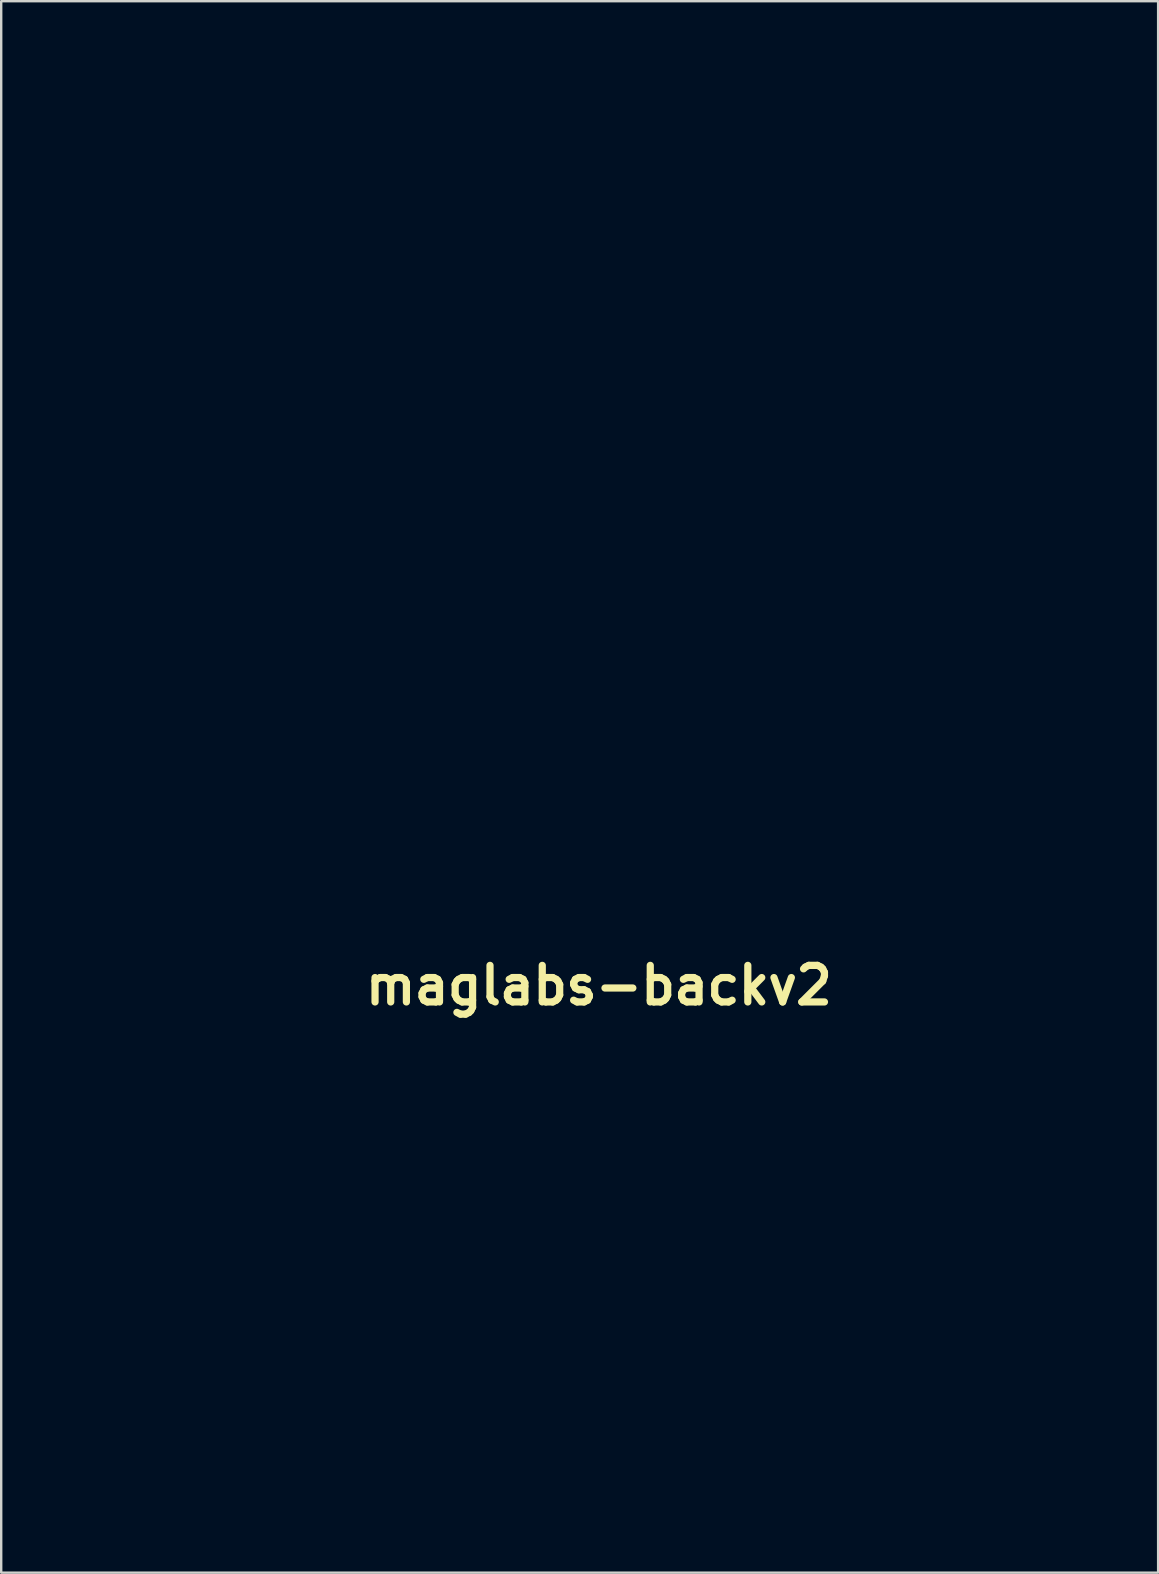
<source format=kicad_pcb>
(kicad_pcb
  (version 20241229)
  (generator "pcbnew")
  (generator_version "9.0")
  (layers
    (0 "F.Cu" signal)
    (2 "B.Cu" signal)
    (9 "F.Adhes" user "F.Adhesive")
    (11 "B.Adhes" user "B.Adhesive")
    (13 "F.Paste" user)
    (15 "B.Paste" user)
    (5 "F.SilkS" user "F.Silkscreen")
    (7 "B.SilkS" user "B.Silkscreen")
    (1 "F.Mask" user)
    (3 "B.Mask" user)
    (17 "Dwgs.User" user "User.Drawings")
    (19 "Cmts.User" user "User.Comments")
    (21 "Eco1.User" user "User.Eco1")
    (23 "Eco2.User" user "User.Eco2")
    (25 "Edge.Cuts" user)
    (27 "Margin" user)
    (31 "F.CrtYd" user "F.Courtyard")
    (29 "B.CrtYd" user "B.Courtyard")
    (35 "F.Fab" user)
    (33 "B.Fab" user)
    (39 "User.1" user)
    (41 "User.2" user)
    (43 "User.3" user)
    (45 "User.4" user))
  (footprint "maglabs-backv2"
    (layer "F.Cu")
    (at 21.9 38.003)
    (property "Reference" "maglabs-backv2" (at 0 0 0) (layer "F.SilkS") (effects (font (size 1.524 1.524) (thickness 0.3))))
    (attr through_hole)
    (fp_poly (pts (xy -14.935 -29.718) (xy -15.545 -29.718) (xy -15.545 -31.826) (xy -14.935 -31.826) (xy -14.935 -29.718)) (stroke (width 0.01) (type solid)) (fill yes) (layer "F.Mask"))
    (fp_poly (pts (xy 18.11 -34.671) (xy 17.501 -34.671) (xy 17.501 -37.998) (xy 18.11 -37.998) (xy 18.11 -34.671)) (stroke (width 0.01) (type solid)) (fill yes) (layer "F.Mask"))
    (fp_poly (pts (xy 2.134 14.529) (xy 3.531 14.529) (xy 3.531 15.443) (xy 1.168 15.443) (xy 1.168 10.439) (xy 2.134 10.439) (xy 2.134 14.529)) (stroke (width 0.01) (type solid)) (fill yes) (layer "F.Mask"))
    (fp_poly (pts (xy -15.173 -32.8) (xy -15.06 -32.763) (xy -14.964 -32.692) (xy -14.911 -32.617) (xy -14.868 -32.484) (xy -14.869 -32.357) (xy -14.909 -32.242) (xy -14.981 -32.147) (xy -15.081 -32.079) (xy -15.203 -32.047) (xy -15.337 -32.056) (xy -15.452 -32.105) (xy -15.54 -32.19) (xy -15.597 -32.3) (xy -15.618 -32.425) (xy -15.599 -32.554) (xy -15.579 -32.606) (xy -15.506 -32.706) (xy -15.407 -32.771) (xy -15.292 -32.803) (xy -15.173 -32.8)) (stroke (width 0.01) (type solid)) (fill yes) (layer "F.Mask"))
    (fp_poly (pts (xy -18.872 -31.318) (xy -18.975 -31.318) (xy -19.111 -31.3) (xy -19.22 -31.247) (xy -19.295 -31.164) (xy -19.296 -31.161) (xy -19.31 -31.131) (xy -19.321 -31.092) (xy -19.33 -31.039) (xy -19.336 -30.966) (xy -19.341 -30.865) (xy -19.345 -30.732) (xy -19.348 -30.558) (xy -19.35 -30.397) (xy -19.358 -29.718) (xy -19.964 -29.718) (xy -19.964 -31.826) (xy -19.355 -31.826) (xy -19.355 -31.613) (xy -19.272 -31.703) (xy -19.141 -31.814) (xy -18.991 -31.88) (xy -18.955 -31.889) (xy -18.872 -31.906) (xy -18.872 -31.318)) (stroke (width 0.01) (type solid)) (fill yes) (layer "F.Mask"))
    (fp_poly (pts (xy -21.174 -37.509) (xy -21.129 -37.401) (xy -21.07 -37.256) (xy -21 -37.088) (xy -20.926 -36.906) (xy -20.851 -36.723) (xy -20.821 -36.65) (xy -20.586 -36.076) (xy -20.596 -36.935) (xy -20.605 -37.795) (xy -19.939 -37.795) (xy -19.939 -34.671) (xy -20.25 -34.671) (xy -20.561 -34.671) (xy -20.914 -35.548) (xy -20.994 -35.746) (xy -21.067 -35.928) (xy -21.133 -36.089) (xy -21.188 -36.225) (xy -21.23 -36.329) (xy -21.258 -36.397) (xy -21.269 -36.423) (xy -21.269 -36.424) (xy -21.27 -36.399) (xy -21.27 -36.33) (xy -21.27 -36.221) (xy -21.269 -36.079) (xy -21.268 -35.909) (xy -21.266 -35.718) (xy -21.265 -35.547) (xy -21.257 -34.671) (xy -21.895 -34.671) (xy -21.895 -37.795) (xy -21.291 -37.795) (xy -21.174 -37.509)) (stroke (width 0.01) (type solid)) (fill yes) (layer "F.Mask"))
    (fp_poly (pts (xy -16.94 -31.509) (xy -16.447 -32.842) (xy -16.123 -32.842) (xy -16.001 -32.841) (xy -15.901 -32.837) (xy -15.83 -32.831) (xy -15.799 -32.824) (xy -15.799 -32.823) (xy -15.808 -32.796) (xy -15.834 -32.727) (xy -15.874 -32.623) (xy -15.926 -32.49) (xy -15.987 -32.334) (xy -16.056 -32.161) (xy -16.08 -32.102) (xy -16.361 -31.4) (xy -16.042 -30.573) (xy -15.967 -30.379) (xy -15.899 -30.201) (xy -15.839 -30.044) (xy -15.789 -29.913) (xy -15.752 -29.813) (xy -15.729 -29.751) (xy -15.723 -29.732) (xy -15.746 -29.727) (xy -15.812 -29.723) (xy -15.909 -29.72) (xy -16.029 -29.718) (xy -16.059 -29.718) (xy -16.396 -29.719) (xy -16.929 -31.225) (xy -16.936 -30.471) (xy -16.943 -29.718) (xy -17.577 -29.718) (xy -17.577 -32.842) (xy -16.942 -32.842) (xy -16.94 -31.509)) (stroke (width 0.01) (type solid)) (fill yes) (layer "F.Mask"))
    (fp_poly (pts (xy -13.453 -31.835) (xy -13.351 -31.782) (xy -13.273 -31.688) (xy -13.252 -31.649) (xy -13.237 -31.617) (xy -13.225 -31.584) (xy -13.215 -31.545) (xy -13.208 -31.494) (xy -13.202 -31.425) (xy -13.197 -31.334) (xy -13.194 -31.213) (xy -13.191 -31.059) (xy -13.189 -30.865) (xy -13.187 -30.626) (xy -13.178 -29.718) (xy -13.792 -29.718) (xy -13.793 -30.41) (xy -13.793 -30.64) (xy -13.796 -30.822) (xy -13.8 -30.962) (xy -13.806 -31.064) (xy -13.815 -31.131) (xy -13.825 -31.166) (xy -13.876 -31.221) (xy -13.941 -31.238) (xy -14.005 -31.215) (xy -14.031 -31.187) (xy -14.043 -31.164) (xy -14.053 -31.128) (xy -14.06 -31.075) (xy -14.065 -30.998) (xy -14.069 -30.892) (xy -14.071 -30.751) (xy -14.071 -30.568) (xy -14.072 -30.424) (xy -14.072 -29.718) (xy -14.681 -29.718) (xy -14.681 -31.826) (xy -14.072 -31.826) (xy -14.072 -31.563) (xy -13.978 -31.673) (xy -13.871 -31.773) (xy -13.755 -31.83) (xy -13.615 -31.851) (xy -13.587 -31.852) (xy -13.453 -31.835)) (stroke (width 0.01) (type solid)) (fill yes) (layer "F.Mask"))
    (fp_poly (pts (xy 17.01 -36.77) (xy 17.096 -36.714) (xy 17.134 -36.675) (xy 17.164 -36.632) (xy 17.189 -36.58) (xy 17.208 -36.515) (xy 17.223 -36.43) (xy 17.233 -36.321) (xy 17.24 -36.183) (xy 17.244 -36.009) (xy 17.246 -35.795) (xy 17.247 -35.536) (xy 17.247 -35.53) (xy 17.247 -34.671) (xy 16.637 -34.671) (xy 16.637 -35.377) (xy 16.637 -35.59) (xy 16.635 -35.758) (xy 16.633 -35.888) (xy 16.629 -35.983) (xy 16.623 -36.051) (xy 16.615 -36.097) (xy 16.604 -36.127) (xy 16.597 -36.139) (xy 16.541 -36.187) (xy 16.478 -36.186) (xy 16.419 -36.142) (xy 16.404 -36.123) (xy 16.393 -36.097) (xy 16.384 -36.059) (xy 16.378 -36.002) (xy 16.373 -35.92) (xy 16.369 -35.808) (xy 16.366 -35.66) (xy 16.363 -35.469) (xy 16.362 -35.38) (xy 16.355 -34.671) (xy 15.748 -34.671) (xy 15.748 -36.754) (xy 16.355 -36.754) (xy 16.363 -36.622) (xy 16.37 -36.49) (xy 16.434 -36.585) (xy 16.524 -36.682) (xy 16.639 -36.752) (xy 16.766 -36.791) (xy 16.893 -36.798) (xy 17.01 -36.77)) (stroke (width 0.01) (type solid)) (fill yes) (layer "F.Mask"))
    (fp_poly (pts (xy -11.176 -34.671) (xy -11.786 -34.671) (xy -11.786 -34.829) (xy -11.859 -34.75) (xy -11.923 -34.693) (xy -11.988 -34.651) (xy -12 -34.646) (xy -12.112 -34.623) (xy -12.233 -34.627) (xy -12.34 -34.658) (xy -12.361 -34.669) (xy -12.477 -34.769) (xy -12.573 -34.913) (xy -12.646 -35.099) (xy -12.695 -35.323) (xy -12.721 -35.583) (xy -12.724 -35.711) (xy -12.115 -35.711) (xy -12.113 -35.579) (xy -12.105 -35.464) (xy -12.091 -35.385) (xy -12.047 -35.273) (xy -11.994 -35.205) (xy -11.934 -35.185) (xy -11.872 -35.213) (xy -11.832 -35.255) (xy -11.788 -35.344) (xy -11.759 -35.462) (xy -11.744 -35.6) (xy -11.743 -35.748) (xy -11.754 -35.894) (xy -11.778 -36.029) (xy -11.813 -36.141) (xy -11.859 -36.221) (xy -11.893 -36.249) (xy -11.949 -36.254) (xy -12.006 -36.216) (xy -12.056 -36.143) (xy -12.088 -36.055) (xy -12.102 -35.965) (xy -12.111 -35.845) (xy -12.115 -35.711) (xy -12.724 -35.711) (xy -12.725 -35.743) (xy -12.712 -36.015) (xy -12.676 -36.25) (xy -12.616 -36.445) (xy -12.534 -36.6) (xy -12.431 -36.712) (xy -12.307 -36.78) (xy -12.253 -36.794) (xy -12.109 -36.799) (xy -11.981 -36.755) (xy -11.882 -36.678) (xy -11.786 -36.582) (xy -11.786 -37.998) (xy -11.176 -37.998) (xy -11.176 -34.671)) (stroke (width 0.01) (type solid)) (fill yes) (layer "F.Mask"))
    (fp_poly (pts (xy 19.877 -36.752) (xy 19.968 -36.747) (xy 20.02 -36.738) (xy 20.04 -36.725) (xy 20.04 -36.722) (xy 20.033 -36.693) (xy 20.013 -36.619) (xy 19.981 -36.504) (xy 19.939 -36.354) (xy 19.888 -36.172) (xy 19.828 -35.962) (xy 19.762 -35.729) (xy 19.69 -35.477) (xy 19.613 -35.21) (xy 19.6 -35.166) (xy 19.161 -33.642) (xy 18.864 -33.635) (xy 18.72 -33.634) (xy 18.625 -33.638) (xy 18.576 -33.647) (xy 18.567 -33.656) (xy 18.575 -33.688) (xy 18.595 -33.76) (xy 18.627 -33.865) (xy 18.667 -33.996) (xy 18.713 -34.143) (xy 18.722 -34.171) (xy 18.769 -34.323) (xy 18.811 -34.46) (xy 18.844 -34.575) (xy 18.867 -34.66) (xy 18.876 -34.706) (xy 18.877 -34.709) (xy 18.87 -34.744) (xy 18.849 -34.824) (xy 18.816 -34.944) (xy 18.772 -35.101) (xy 18.717 -35.291) (xy 18.653 -35.511) (xy 18.582 -35.755) (xy 18.504 -36.02) (xy 18.42 -36.302) (xy 18.331 -36.598) (xy 18.298 -36.71) (xy 18.296 -36.729) (xy 18.308 -36.741) (xy 18.342 -36.748) (xy 18.407 -36.751) (xy 18.51 -36.75) (xy 18.595 -36.748) (xy 18.907 -36.741) (xy 19.032 -36.233) (xy 19.071 -36.078) (xy 19.106 -35.938) (xy 19.135 -35.822) (xy 19.157 -35.737) (xy 19.169 -35.691) (xy 19.17 -35.687) (xy 19.179 -35.699) (xy 19.198 -35.755) (xy 19.224 -35.847) (xy 19.255 -35.97) (xy 19.291 -36.117) (xy 19.311 -36.201) (xy 19.44 -36.754) (xy 19.74 -36.754) (xy 19.877 -36.752)) (stroke (width 0.01) (type solid)) (fill yes) (layer "F.Mask"))
    (fp_poly (pts (xy -13.529 -36.783) (xy -13.357 -36.719) (xy -13.212 -36.612) (xy -13.095 -36.463) (xy -13.006 -36.272) (xy -12.964 -36.125) (xy -12.942 -35.984) (xy -12.932 -35.813) (xy -12.933 -35.628) (xy -12.946 -35.445) (xy -12.968 -35.278) (xy -13.001 -35.145) (xy -13.004 -35.136) (xy -13.078 -34.982) (xy -13.181 -34.842) (xy -13.303 -34.732) (xy -13.37 -34.691) (xy -13.485 -34.651) (xy -13.629 -34.629) (xy -13.784 -34.625) (xy -13.93 -34.641) (xy -14.031 -34.67) (xy -14.185 -34.758) (xy -14.311 -34.888) (xy -14.41 -35.058) (xy -14.48 -35.264) (xy -14.519 -35.505) (xy -14.528 -35.718) (xy -14.525 -35.776) (xy -13.914 -35.776) (xy -13.914 -35.599) (xy -13.898 -35.447) (xy -13.869 -35.323) (xy -13.827 -35.233) (xy -13.776 -35.18) (xy -13.717 -35.171) (xy -13.679 -35.188) (xy -13.63 -35.236) (xy -13.589 -35.296) (xy -13.572 -35.345) (xy -13.56 -35.42) (xy -13.553 -35.528) (xy -13.551 -35.678) (xy -13.551 -35.712) (xy -13.552 -35.856) (xy -13.555 -35.958) (xy -13.563 -36.031) (xy -13.575 -36.084) (xy -13.594 -36.127) (xy -13.603 -36.144) (xy -13.649 -36.206) (xy -13.699 -36.231) (xy -13.73 -36.233) (xy -13.795 -36.215) (xy -13.845 -36.157) (xy -13.881 -36.058) (xy -13.904 -35.914) (xy -13.914 -35.776) (xy -14.525 -35.776) (xy -14.512 -35.986) (xy -14.464 -36.219) (xy -14.385 -36.415) (xy -14.278 -36.573) (xy -14.142 -36.691) (xy -13.978 -36.768) (xy -13.789 -36.803) (xy -13.729 -36.805) (xy -13.529 -36.783)) (stroke (width 0.01) (type solid)) (fill yes) (layer "F.Mask"))
    (fp_poly (pts (xy -18.729 -36.789) (xy -18.634 -36.777) (xy -18.555 -36.755) (xy -18.517 -36.739) (xy -18.365 -36.644) (xy -18.244 -36.514) (xy -18.153 -36.348) (xy -18.092 -36.144) (xy -18.059 -35.899) (xy -18.053 -35.712) (xy -18.067 -35.434) (xy -18.112 -35.197) (xy -18.187 -35.001) (xy -18.292 -34.845) (xy -18.427 -34.73) (xy -18.592 -34.656) (xy -18.786 -34.624) (xy -18.864 -34.622) (xy -18.971 -34.63) (xy -19.079 -34.647) (xy -19.126 -34.659) (xy -19.278 -34.732) (xy -19.405 -34.849) (xy -19.5 -34.993) (xy -19.562 -35.128) (xy -19.605 -35.266) (xy -19.631 -35.419) (xy -19.643 -35.601) (xy -19.643 -35.654) (xy -19.044 -35.654) (xy -19.029 -35.504) (xy -19.001 -35.37) (xy -18.961 -35.262) (xy -18.912 -35.192) (xy -18.905 -35.185) (xy -18.865 -35.159) (xy -18.835 -35.159) (xy -18.797 -35.178) (xy -18.747 -35.231) (xy -18.707 -35.323) (xy -18.678 -35.444) (xy -18.66 -35.583) (xy -18.654 -35.731) (xy -18.66 -35.875) (xy -18.679 -36.007) (xy -18.712 -36.115) (xy -18.742 -36.17) (xy -18.803 -36.225) (xy -18.865 -36.233) (xy -18.924 -36.197) (xy -18.976 -36.12) (xy -19.016 -36.006) (xy -19.027 -35.954) (xy -19.044 -35.807) (xy -19.044 -35.654) (xy -19.643 -35.654) (xy -19.644 -35.725) (xy -19.629 -35.996) (xy -19.584 -36.226) (xy -19.509 -36.418) (xy -19.403 -36.572) (xy -19.265 -36.69) (xy -19.227 -36.713) (xy -19.155 -36.752) (xy -19.092 -36.775) (xy -19.023 -36.787) (xy -18.931 -36.791) (xy -18.86 -36.792) (xy -18.729 -36.789)) (stroke (width 0.01) (type solid)) (fill yes) (layer "F.Mask"))
    (fp_poly (pts (xy -20.964 -31.848) (xy -20.94 -31.847) (xy -20.822 -31.84) (xy -20.738 -31.828) (xy -20.673 -31.809) (xy -20.609 -31.777) (xy -20.583 -31.761) (xy -20.457 -31.657) (xy -20.349 -31.516) (xy -20.268 -31.35) (xy -20.254 -31.309) (xy -20.232 -31.212) (xy -20.215 -31.079) (xy -20.204 -30.924) (xy -20.198 -30.761) (xy -20.198 -30.606) (xy -20.205 -30.471) (xy -20.215 -30.395) (xy -20.255 -30.242) (xy -20.314 -30.093) (xy -20.384 -29.964) (xy -20.456 -29.875) (xy -20.585 -29.781) (xy -20.745 -29.715) (xy -20.922 -29.681) (xy -21.1 -29.681) (xy -21.176 -29.692) (xy -21.346 -29.753) (xy -21.491 -29.856) (xy -21.609 -29.999) (xy -21.699 -30.18) (xy -21.76 -30.395) (xy -21.79 -30.644) (xy -21.793 -30.759) (xy -21.792 -30.77) (xy -21.181 -30.77) (xy -21.174 -30.62) (xy -21.155 -30.48) (xy -21.123 -30.362) (xy -21.078 -30.276) (xy -21.047 -30.245) (xy -20.986 -30.23) (xy -20.922 -30.261) (xy -20.867 -30.328) (xy -20.846 -30.369) (xy -20.832 -30.416) (xy -20.822 -30.478) (xy -20.817 -30.566) (xy -20.816 -30.689) (xy -20.815 -30.772) (xy -20.816 -30.923) (xy -20.821 -31.033) (xy -20.829 -31.111) (xy -20.841 -31.167) (xy -20.859 -31.208) (xy -20.917 -31.284) (xy -20.979 -31.31) (xy -21.043 -31.287) (xy -21.072 -31.259) (xy -21.12 -31.175) (xy -21.154 -31.058) (xy -21.174 -30.919) (xy -21.181 -30.77) (xy -21.792 -30.77) (xy -21.777 -31.024) (xy -21.73 -31.257) (xy -21.653 -31.456) (xy -21.548 -31.617) (xy -21.416 -31.739) (xy -21.305 -31.801) (xy -21.232 -31.829) (xy -21.162 -31.844) (xy -21.078 -31.85) (xy -20.964 -31.848)) (stroke (width 0.01) (type solid)) (fill yes) (layer "F.Mask"))
    (fp_poly (pts (xy -10.046 -36.794) (xy -9.857 -36.754) (xy -9.691 -36.683) (xy -9.657 -36.662) (xy -9.599 -36.624) (xy -9.718 -36.403) (xy -9.769 -36.309) (xy -9.811 -36.232) (xy -9.838 -36.185) (xy -9.845 -36.173) (xy -9.867 -36.181) (xy -9.915 -36.212) (xy -9.936 -36.227) (xy -10.035 -36.284) (xy -10.128 -36.307) (xy -10.205 -36.297) (xy -10.256 -36.253) (xy -10.268 -36.223) (xy -10.261 -36.155) (xy -10.206 -36.082) (xy -10.108 -36.008) (xy -10.034 -35.967) (xy -9.873 -35.873) (xy -9.757 -35.774) (xy -9.681 -35.66) (xy -9.64 -35.524) (xy -9.627 -35.357) (xy -9.627 -35.353) (xy -9.646 -35.144) (xy -9.702 -34.967) (xy -9.795 -34.824) (xy -9.924 -34.715) (xy -9.966 -34.691) (xy -10.077 -34.653) (xy -10.216 -34.631) (xy -10.365 -34.627) (xy -10.503 -34.642) (xy -10.566 -34.658) (xy -10.674 -34.7) (xy -10.775 -34.751) (xy -10.856 -34.804) (xy -10.903 -34.849) (xy -10.903 -34.85) (xy -10.908 -34.883) (xy -10.889 -34.938) (xy -10.844 -35.023) (xy -10.807 -35.085) (xy -10.751 -35.171) (xy -10.703 -35.238) (xy -10.67 -35.276) (xy -10.662 -35.281) (xy -10.626 -35.267) (xy -10.572 -35.234) (xy -10.566 -35.23) (xy -10.468 -35.179) (xy -10.376 -35.165) (xy -10.299 -35.187) (xy -10.248 -35.24) (xy -10.23 -35.319) (xy -10.242 -35.378) (xy -10.284 -35.433) (xy -10.362 -35.491) (xy -10.47 -35.55) (xy -10.637 -35.653) (xy -10.758 -35.773) (xy -10.835 -35.914) (xy -10.873 -36.08) (xy -10.877 -36.17) (xy -10.858 -36.352) (xy -10.797 -36.504) (xy -10.695 -36.626) (xy -10.552 -36.72) (xy -10.417 -36.77) (xy -10.238 -36.8) (xy -10.046 -36.794)) (stroke (width 0.01) (type solid)) (fill yes) (layer "F.Mask"))
    (fp_poly (pts (xy 7.844 12.896) (xy 7.973 13.234) (xy 8.098 13.56) (xy 8.217 13.869) (xy 8.328 14.159) (xy 8.43 14.426) (xy 8.523 14.668) (xy 8.605 14.88) (xy 8.674 15.061) (xy 8.729 15.206) (xy 8.77 15.313) (xy 8.795 15.379) (xy 8.803 15.399) (xy 8.805 15.414) (xy 8.796 15.425) (xy 8.768 15.433) (xy 8.716 15.438) (xy 8.633 15.441) (xy 8.513 15.443) (xy 8.35 15.443) (xy 8.312 15.443) (xy 7.804 15.443) (xy 7.422 14.44) (xy 5.408 14.44) (xy 5.212 14.935) (xy 5.015 15.431) (xy 4.501 15.437) (xy 3.988 15.444) (xy 4.026 15.348) (xy 4.04 15.312) (xy 4.072 15.231) (xy 4.119 15.109) (xy 4.18 14.95) (xy 4.255 14.757) (xy 4.341 14.533) (xy 4.438 14.282) (xy 4.544 14.007) (xy 4.659 13.71) (xy 4.745 13.487) (xy 5.767 13.487) (xy 7.06 13.487) (xy 7.013 13.367) (xy 6.992 13.312) (xy 6.955 13.218) (xy 6.905 13.09) (xy 6.846 12.937) (xy 6.779 12.765) (xy 6.708 12.582) (xy 6.692 12.541) (xy 6.623 12.364) (xy 6.561 12.203) (xy 6.506 12.066) (xy 6.462 11.956) (xy 6.43 11.88) (xy 6.414 11.844) (xy 6.413 11.842) (xy 6.403 11.866) (xy 6.377 11.931) (xy 6.338 12.03) (xy 6.288 12.156) (xy 6.229 12.304) (xy 6.165 12.467) (xy 6.098 12.637) (xy 6.031 12.81) (xy 5.965 12.977) (xy 5.904 13.133) (xy 5.851 13.271) (xy 5.806 13.385) (xy 5.789 13.43) (xy 5.767 13.487) (xy 4.745 13.487) (xy 4.78 13.396) (xy 4.906 13.068) (xy 4.989 12.852) (xy 5.915 10.452) (xy 6.408 10.445) (xy 6.9 10.438) (xy 7.844 12.896)) (stroke (width 0.01) (type solid)) (fill yes) (layer "F.Mask"))
    (fp_poly (pts (xy -10.179 -31.831) (xy -10.016 -31.787) (xy -9.976 -31.77) (xy -9.9 -31.731) (xy -9.847 -31.698) (xy -9.83 -31.678) (xy -9.841 -31.647) (xy -9.871 -31.585) (xy -9.914 -31.506) (xy -9.961 -31.421) (xy -10.008 -31.341) (xy -10.046 -31.278) (xy -10.07 -31.245) (xy -10.074 -31.242) (xy -10.101 -31.255) (xy -10.153 -31.288) (xy -10.18 -31.305) (xy -10.281 -31.356) (xy -10.372 -31.366) (xy -10.443 -31.335) (xy -10.45 -31.329) (xy -10.49 -31.266) (xy -10.483 -31.201) (xy -10.426 -31.135) (xy -10.321 -31.064) (xy -10.316 -31.061) (xy -10.176 -30.98) (xy -10.074 -30.913) (xy -10 -30.851) (xy -9.944 -30.787) (xy -9.911 -30.736) (xy -9.876 -30.671) (xy -9.856 -30.609) (xy -9.846 -30.534) (xy -9.843 -30.43) (xy -9.843 -30.404) (xy -9.856 -30.225) (xy -9.894 -30.078) (xy -9.964 -29.948) (xy -10.017 -29.879) (xy -10.129 -29.784) (xy -10.272 -29.717) (xy -10.436 -29.682) (xy -10.609 -29.681) (xy -10.742 -29.706) (xy -10.839 -29.739) (xy -10.94 -29.782) (xy -11.032 -29.829) (xy -11.103 -29.873) (xy -11.141 -29.908) (xy -11.143 -29.912) (xy -11.137 -29.949) (xy -11.109 -30.011) (xy -11.089 -30.046) (xy -11.032 -30.136) (xy -10.972 -30.231) (xy -10.959 -30.252) (xy -10.895 -30.354) (xy -10.786 -30.29) (xy -10.672 -30.239) (xy -10.576 -30.228) (xy -10.503 -30.257) (xy -10.479 -30.282) (xy -10.449 -30.34) (xy -10.439 -30.379) (xy -10.462 -30.431) (xy -10.524 -30.496) (xy -10.619 -30.565) (xy -10.713 -30.621) (xy -10.84 -30.704) (xy -10.95 -30.806) (xy -11.032 -30.915) (xy -11.072 -31.004) (xy -11.102 -31.189) (xy -11.088 -31.363) (xy -11.034 -31.52) (xy -10.943 -31.654) (xy -10.817 -31.757) (xy -10.696 -31.813) (xy -10.539 -31.845) (xy -10.36 -31.851) (xy -10.179 -31.831)) (stroke (width 0.01) (type solid)) (fill yes) (layer "F.Mask"))
    (fp_poly (pts (xy 14.68 -37.804) (xy 14.873 -37.728) (xy 15.051 -37.608) (xy 15.084 -37.578) (xy 15.227 -37.419) (xy 15.34 -37.231) (xy 15.426 -37.008) (xy 15.486 -36.748) (xy 15.519 -36.493) (xy 15.532 -36.166) (xy 15.513 -35.86) (xy 15.464 -35.578) (xy 15.385 -35.325) (xy 15.277 -35.107) (xy 15.142 -34.926) (xy 15.115 -34.898) (xy 14.99 -34.786) (xy 14.871 -34.709) (xy 14.743 -34.661) (xy 14.59 -34.635) (xy 14.465 -34.627) (xy 14.34 -34.625) (xy 14.25 -34.628) (xy 14.178 -34.64) (xy 14.109 -34.662) (xy 14.069 -34.679) (xy 13.919 -34.751) (xy 13.803 -34.832) (xy 13.701 -34.934) (xy 13.682 -34.958) (xy 13.565 -35.126) (xy 13.475 -35.311) (xy 13.409 -35.52) (xy 13.367 -35.762) (xy 13.344 -36.043) (xy 13.342 -36.084) (xy 13.342 -36.208) (xy 14.016 -36.208) (xy 14.027 -35.939) (xy 14.057 -35.709) (xy 14.105 -35.521) (xy 14.171 -35.375) (xy 14.255 -35.273) (xy 14.354 -35.217) (xy 14.427 -35.206) (xy 14.492 -35.218) (xy 14.565 -35.25) (xy 14.572 -35.254) (xy 14.636 -35.31) (xy 14.694 -35.385) (xy 14.706 -35.406) (xy 14.767 -35.563) (xy 14.812 -35.757) (xy 14.84 -35.975) (xy 14.851 -36.206) (xy 14.845 -36.439) (xy 14.821 -36.661) (xy 14.779 -36.861) (xy 14.765 -36.909) (xy 14.716 -37.017) (xy 14.648 -37.118) (xy 14.629 -37.139) (xy 14.564 -37.2) (xy 14.508 -37.229) (xy 14.439 -37.236) (xy 14.435 -37.236) (xy 14.318 -37.213) (xy 14.221 -37.142) (xy 14.142 -37.025) (xy 14.082 -36.862) (xy 14.042 -36.653) (xy 14.02 -36.399) (xy 14.016 -36.208) (xy 13.342 -36.208) (xy 13.341 -36.407) (xy 13.364 -36.69) (xy 13.412 -36.938) (xy 13.487 -37.158) (xy 13.588 -37.356) (xy 13.602 -37.377) (xy 13.739 -37.549) (xy 13.902 -37.681) (xy 14.084 -37.774) (xy 14.279 -37.826) (xy 14.48 -37.836) (xy 14.68 -37.804)) (stroke (width 0.01) (type solid)) (fill yes) (layer "F.Mask"))
    (fp_poly (pts (xy -15.478 -37.805) (xy -15.286 -37.731) (xy -15.117 -37.615) (xy -15.076 -37.577) (xy -15.012 -37.502) (xy -14.946 -37.407) (xy -14.885 -37.305) (xy -14.838 -37.209) (xy -14.811 -37.134) (xy -14.808 -37.111) (xy -14.831 -37.087) (xy -14.89 -37.052) (xy -14.976 -37.011) (xy -15.076 -36.968) (xy -15.181 -36.928) (xy -15.278 -36.894) (xy -15.356 -36.873) (xy -15.405 -36.867) (xy -15.415 -36.871) (xy -15.434 -36.908) (xy -15.457 -36.973) (xy -15.464 -36.998) (xy -15.516 -37.114) (xy -15.592 -37.195) (xy -15.686 -37.234) (xy -15.72 -37.236) (xy -15.839 -37.214) (xy -15.939 -37.147) (xy -16.02 -37.036) (xy -16.082 -36.878) (xy -16.124 -36.675) (xy -16.148 -36.426) (xy -16.154 -36.2) (xy -16.148 -35.952) (xy -16.129 -35.749) (xy -16.095 -35.584) (xy -16.045 -35.453) (xy -15.977 -35.351) (xy -15.89 -35.271) (xy -15.877 -35.262) (xy -15.767 -35.212) (xy -15.661 -35.212) (xy -15.558 -35.262) (xy -15.533 -35.283) (xy -15.456 -35.38) (xy -15.399 -35.51) (xy -15.37 -35.657) (xy -15.367 -35.717) (xy -15.367 -35.814) (xy -15.748 -35.814) (xy -15.748 -36.424) (xy -14.7 -36.424) (xy -14.719 -36.077) (xy -14.747 -35.753) (xy -14.795 -35.474) (xy -14.864 -35.238) (xy -14.954 -35.042) (xy -15.068 -34.884) (xy -15.205 -34.761) (xy -15.302 -34.702) (xy -15.37 -34.671) (xy -15.436 -34.65) (xy -15.516 -34.637) (xy -15.624 -34.63) (xy -15.697 -34.628) (xy -15.83 -34.626) (xy -15.926 -34.63) (xy -16.003 -34.642) (xy -16.075 -34.664) (xy -16.098 -34.673) (xy -16.27 -34.768) (xy -16.426 -34.907) (xy -16.562 -35.085) (xy -16.674 -35.299) (xy -16.76 -35.543) (xy -16.794 -35.68) (xy -16.821 -35.864) (xy -16.835 -36.079) (xy -16.836 -36.307) (xy -16.825 -36.533) (xy -16.802 -36.741) (xy -16.767 -36.914) (xy -16.687 -37.148) (xy -16.58 -37.355) (xy -16.451 -37.529) (xy -16.304 -37.665) (xy -16.142 -37.757) (xy -16.123 -37.765) (xy -15.903 -37.824) (xy -15.686 -37.837) (xy -15.478 -37.805)) (stroke (width 0.01) (type solid)) (fill yes) (layer "F.Mask"))
    (fp_poly (pts (xy 9.938 10.44) (xy 10.267 10.444) (xy 10.551 10.453) (xy 10.795 10.468) (xy 11.005 10.491) (xy 11.186 10.521) (xy 11.343 10.559) (xy 11.482 10.607) (xy 11.575 10.648) (xy 11.778 10.772) (xy 11.947 10.927) (xy 12.08 11.107) (xy 12.178 11.305) (xy 12.238 11.516) (xy 12.26 11.733) (xy 12.242 11.95) (xy 12.184 12.161) (xy 12.084 12.361) (xy 11.941 12.541) (xy 11.923 12.56) (xy 11.785 12.695) (xy 11.972 12.811) (xy 12.18 12.962) (xy 12.344 13.129) (xy 12.467 13.32) (xy 12.555 13.54) (xy 12.577 13.617) (xy 12.613 13.838) (xy 12.618 14.073) (xy 12.591 14.301) (xy 12.547 14.471) (xy 12.445 14.697) (xy 12.302 14.905) (xy 12.128 15.087) (xy 11.93 15.235) (xy 11.775 15.315) (xy 11.695 15.347) (xy 11.614 15.374) (xy 11.526 15.395) (xy 11.426 15.411) (xy 11.307 15.423) (xy 11.163 15.432) (xy 10.99 15.438) (xy 10.78 15.442) (xy 10.529 15.443) (xy 10.377 15.443) (xy 9.474 15.443) (xy 9.474 13.284) (xy 10.465 13.284) (xy 10.465 14.536) (xy 10.789 14.522) (xy 11.01 14.505) (xy 11.185 14.479) (xy 11.279 14.455) (xy 11.436 14.386) (xy 11.55 14.29) (xy 11.623 14.164) (xy 11.656 14.009) (xy 11.659 13.949) (xy 11.637 13.773) (xy 11.571 13.623) (xy 11.464 13.499) (xy 11.317 13.402) (xy 11.13 13.334) (xy 10.905 13.294) (xy 10.695 13.284) (xy 10.465 13.284) (xy 9.474 13.284) (xy 9.474 11.379) (xy 10.465 11.379) (xy 10.465 12.401) (xy 10.7 12.39) (xy 10.839 12.38) (xy 10.943 12.361) (xy 11.023 12.333) (xy 11.039 12.325) (xy 11.17 12.232) (xy 11.259 12.111) (xy 11.299 11.995) (xy 11.31 11.835) (xy 11.275 11.686) (xy 11.196 11.557) (xy 11.14 11.501) (xy 11.051 11.449) (xy 10.925 11.41) (xy 10.776 11.386) (xy 10.651 11.379) (xy 10.465 11.379) (xy 9.474 11.379) (xy 9.474 10.439) (xy 9.938 10.44)) (stroke (width 0.01) (type solid)) (fill yes) (layer "F.Mask"))
    (fp_poly (pts (xy -12.255 -31.834) (xy -12.14 -31.78) (xy -12.067 -31.709) (xy -12.014 -31.642) (xy -12.014 -31.826) (xy -11.403 -31.826) (xy -11.41 -30.512) (xy -11.412 -30.22) (xy -11.413 -29.974) (xy -11.415 -29.771) (xy -11.417 -29.604) (xy -11.42 -29.471) (xy -11.423 -29.366) (xy -11.427 -29.285) (xy -11.433 -29.223) (xy -11.439 -29.176) (xy -11.448 -29.14) (xy -11.458 -29.109) (xy -11.47 -29.081) (xy -11.476 -29.067) (xy -11.555 -28.93) (xy -11.657 -28.829) (xy -11.791 -28.753) (xy -11.924 -28.712) (xy -12.084 -28.69) (xy -12.251 -28.687) (xy -12.404 -28.706) (xy -12.445 -28.715) (xy -12.611 -28.784) (xy -12.744 -28.887) (xy -12.843 -29.027) (xy -12.911 -29.205) (xy -12.939 -29.344) (xy -12.957 -29.466) (xy -12.684 -29.459) (xy -12.41 -29.451) (xy -12.393 -29.368) (xy -12.354 -29.266) (xy -12.292 -29.201) (xy -12.212 -29.176) (xy -12.148 -29.187) (xy -12.088 -29.23) (xy -12.046 -29.31) (xy -12.019 -29.431) (xy -12.008 -29.594) (xy -12.009 -29.764) (xy -12.014 -29.898) (xy -12.11 -29.798) (xy -12.217 -29.711) (xy -12.33 -29.674) (xy -12.455 -29.686) (xy -12.506 -29.703) (xy -12.641 -29.781) (xy -12.754 -29.901) (xy -12.846 -30.06) (xy -12.913 -30.254) (xy -12.955 -30.477) (xy -12.97 -30.726) (xy -12.965 -30.824) (xy -12.361 -30.824) (xy -12.36 -30.679) (xy -12.346 -30.541) (xy -12.318 -30.418) (xy -12.276 -30.319) (xy -12.224 -30.258) (xy -12.176 -30.23) (xy -12.135 -30.238) (xy -12.092 -30.275) (xy -12.038 -30.361) (xy -12.002 -30.493) (xy -11.984 -30.673) (xy -11.981 -30.774) (xy -11.988 -30.954) (xy -12.011 -31.102) (xy -12.047 -31.215) (xy -12.097 -31.288) (xy -12.157 -31.316) (xy -12.181 -31.314) (xy -12.24 -31.278) (xy -12.288 -31.202) (xy -12.324 -31.094) (xy -12.349 -30.965) (xy -12.361 -30.824) (xy -12.965 -30.824) (xy -12.957 -30.996) (xy -12.956 -31.007) (xy -12.918 -31.261) (xy -12.861 -31.469) (xy -12.784 -31.631) (xy -12.687 -31.748) (xy -12.569 -31.821) (xy -12.43 -31.851) (xy -12.4 -31.852) (xy -12.255 -31.834)) (stroke (width 0.01) (type solid)) (fill yes) (layer "F.Mask"))
    (fp_poly (pts (xy 19.402 -32.879) (xy 19.491 -32.874) (xy 19.56 -32.862) (xy 19.625 -32.839) (xy 19.702 -32.803) (xy 19.716 -32.797) (xy 19.836 -32.727) (xy 19.939 -32.647) (xy 19.979 -32.606) (xy 20.033 -32.535) (xy 20.09 -32.445) (xy 20.142 -32.349) (xy 20.184 -32.26) (xy 20.21 -32.19) (xy 20.213 -32.153) (xy 20.187 -32.133) (xy 20.124 -32.101) (xy 20.035 -32.062) (xy 19.933 -32.02) (xy 19.828 -31.98) (xy 19.732 -31.947) (xy 19.656 -31.924) (xy 19.612 -31.915) (xy 19.606 -31.917) (xy 19.586 -31.951) (xy 19.583 -31.974) (xy 19.564 -32.058) (xy 19.518 -32.151) (xy 19.456 -32.231) (xy 19.405 -32.271) (xy 19.299 -32.301) (xy 19.196 -32.282) (xy 19.099 -32.216) (xy 19.014 -32.107) (xy 18.989 -32.062) (xy 18.935 -31.919) (xy 18.895 -31.739) (xy 18.869 -31.533) (xy 18.858 -31.313) (xy 18.863 -31.091) (xy 18.882 -30.879) (xy 18.918 -30.688) (xy 18.938 -30.616) (xy 19 -30.474) (xy 19.082 -30.367) (xy 19.177 -30.296) (xy 19.279 -30.265) (xy 19.38 -30.273) (xy 19.475 -30.324) (xy 19.556 -30.418) (xy 19.579 -30.459) (xy 19.616 -30.557) (xy 19.645 -30.67) (xy 19.652 -30.719) (xy 19.667 -30.861) (xy 19.279 -30.861) (xy 19.279 -31.471) (xy 20.295 -31.471) (xy 20.294 -31.147) (xy 20.279 -30.824) (xy 20.235 -30.538) (xy 20.161 -30.291) (xy 20.059 -30.084) (xy 19.929 -29.917) (xy 19.771 -29.792) (xy 19.689 -29.749) (xy 19.548 -29.703) (xy 19.38 -29.677) (xy 19.208 -29.673) (xy 19.052 -29.693) (xy 19.023 -29.7) (xy 18.827 -29.782) (xy 18.654 -29.907) (xy 18.504 -30.074) (xy 18.381 -30.281) (xy 18.285 -30.525) (xy 18.233 -30.729) (xy 18.212 -30.838) (xy 18.199 -30.938) (xy 18.191 -31.045) (xy 18.19 -31.171) (xy 18.192 -31.329) (xy 18.194 -31.382) (xy 18.203 -31.595) (xy 18.219 -31.77) (xy 18.244 -31.92) (xy 18.281 -32.056) (xy 18.331 -32.192) (xy 18.383 -32.307) (xy 18.498 -32.501) (xy 18.644 -32.662) (xy 18.812 -32.784) (xy 18.866 -32.812) (xy 18.94 -32.843) (xy 19.007 -32.864) (xy 19.083 -32.875) (xy 19.183 -32.879) (xy 19.279 -32.88) (xy 19.402 -32.879)) (stroke (width 0.01) (type solid)) (fill yes) (layer "F.Mask"))
    (fp_poly (pts (xy 17.109 -32.842) (xy 17.213 -32.84) (xy 17.287 -32.838) (xy 17.321 -32.835) (xy 17.323 -32.835) (xy 17.329 -32.809) (xy 17.345 -32.739) (xy 17.372 -32.627) (xy 17.407 -32.479) (xy 17.45 -32.298) (xy 17.5 -32.089) (xy 17.556 -31.856) (xy 17.617 -31.604) (xy 17.681 -31.335) (xy 17.691 -31.295) (xy 17.756 -31.024) (xy 17.817 -30.767) (xy 17.874 -30.53) (xy 17.925 -30.316) (xy 17.969 -30.129) (xy 18.006 -29.974) (xy 18.034 -29.855) (xy 18.052 -29.776) (xy 18.059 -29.741) (xy 18.059 -29.74) (xy 18.036 -29.732) (xy 17.97 -29.725) (xy 17.873 -29.72) (xy 17.752 -29.718) (xy 17.72 -29.718) (xy 17.38 -29.718) (xy 17.364 -29.801) (xy 17.35 -29.867) (xy 17.33 -29.963) (xy 17.307 -30.067) (xy 17.307 -30.067) (xy 17.267 -30.251) (xy 16.673 -30.251) (xy 16.626 -30.016) (xy 16.604 -29.91) (xy 16.585 -29.822) (xy 16.571 -29.764) (xy 16.567 -29.75) (xy 16.545 -29.735) (xy 16.489 -29.726) (xy 16.393 -29.72) (xy 16.252 -29.718) (xy 16.238 -29.718) (xy 16.106 -29.719) (xy 16.017 -29.721) (xy 15.963 -29.726) (xy 15.937 -29.736) (xy 15.93 -29.751) (xy 15.931 -29.762) (xy 15.939 -29.795) (xy 15.957 -29.872) (xy 15.985 -29.99) (xy 16.021 -30.144) (xy 16.064 -30.33) (xy 16.114 -30.544) (xy 16.168 -30.78) (xy 16.174 -30.804) (xy 16.79 -30.804) (xy 16.796 -30.781) (xy 16.822 -30.767) (xy 16.877 -30.761) (xy 16.973 -30.759) (xy 16.98 -30.759) (xy 17.071 -30.76) (xy 17.138 -30.763) (xy 17.17 -30.767) (xy 17.17 -30.768) (xy 17.166 -30.794) (xy 17.154 -30.862) (xy 17.135 -30.962) (xy 17.112 -31.086) (xy 17.096 -31.168) (xy 17.07 -31.311) (xy 17.045 -31.445) (xy 17.024 -31.558) (xy 17.01 -31.638) (xy 17.007 -31.661) (xy 16.992 -31.749) (xy 16.98 -31.806) (xy 16.969 -31.831) (xy 16.956 -31.821) (xy 16.942 -31.771) (xy 16.924 -31.68) (xy 16.901 -31.545) (xy 16.875 -31.382) (xy 16.85 -31.221) (xy 16.828 -31.075) (xy 16.81 -30.953) (xy 16.797 -30.862) (xy 16.791 -30.81) (xy 16.79 -30.804) (xy 16.174 -30.804) (xy 16.228 -31.036) (xy 16.29 -31.305) (xy 16.295 -31.325) (xy 16.646 -32.842) (xy 16.985 -32.842) (xy 17.109 -32.842)) (stroke (width 0.01) (type solid)) (fill yes) (layer "F.Mask"))
    (fp_poly (pts (xy -7.149 10.44) (xy -7.013 10.443) (xy -6.917 10.448) (xy -6.858 10.456) (xy -6.829 10.466) (xy -6.826 10.471) (xy -6.787 10.57) (xy -6.735 10.706) (xy -6.669 10.876) (xy -6.592 11.075) (xy -6.506 11.3) (xy -6.411 11.546) (xy -6.309 11.811) (xy -6.202 12.09) (xy -6.091 12.379) (xy -5.977 12.676) (xy -5.862 12.974) (xy -5.748 13.272) (xy -5.635 13.566) (xy -5.526 13.85) (xy -5.422 14.122) (xy -5.323 14.378) (xy -5.233 14.614) (xy -5.152 14.827) (xy -5.081 15.011) (xy -5.023 15.164) (xy -4.978 15.282) (xy -4.948 15.361) (xy -4.934 15.397) (xy -4.934 15.399) (xy -4.933 15.414) (xy -4.944 15.425) (xy -4.973 15.433) (xy -5.026 15.438) (xy -5.11 15.441) (xy -5.232 15.443) (xy -5.397 15.443) (xy -5.428 15.443) (xy -5.934 15.443) (xy -6.313 14.44) (xy -7.318 14.433) (xy -8.322 14.427) (xy -8.524 14.935) (xy -8.725 15.443) (xy -9.227 15.443) (xy -9.38 15.442) (xy -9.515 15.439) (xy -9.623 15.434) (xy -9.696 15.429) (xy -9.728 15.422) (xy -9.728 15.421) (xy -9.719 15.394) (xy -9.693 15.324) (xy -9.651 15.212) (xy -9.595 15.062) (xy -9.524 14.878) (xy -9.442 14.662) (xy -9.348 14.417) (xy -9.245 14.147) (xy -9.133 13.855) (xy -9.013 13.544) (xy -8.991 13.487) (xy -7.97 13.487) (xy -7.322 13.487) (xy -7.117 13.487) (xy -6.957 13.485) (xy -6.839 13.482) (xy -6.758 13.477) (xy -6.71 13.471) (xy -6.689 13.462) (xy -6.687 13.456) (xy -6.699 13.425) (xy -6.727 13.353) (xy -6.769 13.245) (xy -6.822 13.109) (xy -6.884 12.949) (xy -6.953 12.773) (xy -6.981 12.7) (xy -7.052 12.516) (xy -7.119 12.344) (xy -7.178 12.191) (xy -7.228 12.063) (xy -7.265 11.967) (xy -7.287 11.91) (xy -7.291 11.9) (xy -7.321 11.824) (xy -7.353 11.913) (xy -7.371 11.958) (xy -7.404 12.044) (xy -7.451 12.164) (xy -7.508 12.312) (xy -7.574 12.481) (xy -7.646 12.664) (xy -7.678 12.744) (xy -7.97 13.487) (xy -8.991 13.487) (xy -8.887 13.217) (xy -8.776 12.928) (xy -8.645 12.59) (xy -8.52 12.266) (xy -8.402 11.958) (xy -8.291 11.67) (xy -8.189 11.404) (xy -8.097 11.165) (xy -8.016 10.955) (xy -7.948 10.777) (xy -7.893 10.634) (xy -7.853 10.53) (xy -7.83 10.467) (xy -7.823 10.449) (xy -7.799 10.446) (xy -7.732 10.443) (xy -7.629 10.441) (xy -7.499 10.44) (xy -7.349 10.439) (xy -7.331 10.439) (xy -7.149 10.44)) (stroke (width 0.01) (type solid)) (fill yes) (layer "F.Mask"))
    (fp_poly (pts (xy -1.933 10.338) (xy -1.589 10.383) (xy -1.259 10.461) (xy -0.953 10.571) (xy -0.711 10.693) (xy -0.544 10.803) (xy -0.368 10.941) (xy -0.2 11.09) (xy -0.14 11.149) (xy -0.014 11.278) (xy -0.318 11.584) (xy -0.422 11.688) (xy -0.516 11.779) (xy -0.593 11.852) (xy -0.647 11.9) (xy -0.668 11.916) (xy -0.698 11.922) (xy -0.738 11.907) (xy -0.797 11.865) (xy -0.871 11.803) (xy -1.133 11.603) (xy -1.407 11.451) (xy -1.691 11.346) (xy -1.98 11.288) (xy -2.273 11.279) (xy -2.564 11.319) (xy -2.853 11.408) (xy -2.972 11.461) (xy -3.082 11.517) (xy -3.175 11.577) (xy -3.267 11.65) (xy -3.371 11.749) (xy -3.405 11.783) (xy -3.579 11.978) (xy -3.71 12.174) (xy -3.805 12.38) (xy -3.849 12.522) (xy -3.878 12.68) (xy -3.891 12.866) (xy -3.89 13.059) (xy -3.873 13.24) (xy -3.85 13.358) (xy -3.754 13.623) (xy -3.615 13.869) (xy -3.437 14.089) (xy -3.227 14.28) (xy -2.99 14.435) (xy -2.73 14.55) (xy -2.578 14.595) (xy -2.439 14.619) (xy -2.271 14.634) (xy -2.093 14.638) (xy -1.923 14.633) (xy -1.777 14.617) (xy -1.727 14.607) (xy -1.485 14.524) (xy -1.262 14.398) (xy -1.066 14.234) (xy -0.905 14.037) (xy -0.904 14.035) (xy -0.86 13.971) (xy -0.828 13.922) (xy -0.81 13.884) (xy -0.811 13.856) (xy -0.836 13.838) (xy -0.889 13.826) (xy -0.974 13.82) (xy -1.097 13.817) (xy -1.261 13.817) (xy -1.471 13.818) (xy -1.496 13.818) (xy -2.21 13.818) (xy -2.21 12.903) (xy 0.33 12.903) (xy 0.33 13.092) (xy 0.307 13.436) (xy 0.238 13.771) (xy 0.128 14.091) (xy -0.021 14.392) (xy -0.207 14.668) (xy -0.425 14.916) (xy -0.674 15.13) (xy -0.95 15.305) (xy -1.076 15.367) (xy -1.229 15.431) (xy -1.374 15.479) (xy -1.524 15.514) (xy -1.691 15.538) (xy -1.885 15.552) (xy -2.095 15.559) (xy -2.323 15.561) (xy -2.505 15.557) (xy -2.648 15.547) (xy -2.735 15.534) (xy -3.085 15.443) (xy -3.431 15.304) (xy -3.469 15.286) (xy -3.761 15.116) (xy -4.022 14.908) (xy -4.252 14.667) (xy -4.449 14.399) (xy -4.61 14.106) (xy -4.734 13.795) (xy -4.82 13.468) (xy -4.867 13.132) (xy -4.871 12.791) (xy -4.832 12.449) (xy -4.749 12.11) (xy -4.67 11.896) (xy -4.545 11.646) (xy -4.379 11.397) (xy -4.182 11.159) (xy -3.964 10.945) (xy -3.81 10.82) (xy -3.635 10.706) (xy -3.431 10.597) (xy -3.216 10.502) (xy -3.01 10.431) (xy -2.959 10.417) (xy -2.627 10.354) (xy -2.282 10.328) (xy -1.933 10.338)) (stroke (width 0.01) (type solid)) (fill yes) (layer "F.Mask"))
    (fp_poly (pts (xy 14.142 -32.696) (xy 14.153 -32.633) (xy 14.171 -32.528) (xy 14.194 -32.389) (xy 14.222 -32.223) (xy 14.252 -32.039) (xy 14.285 -31.845) (xy 14.29 -31.814) (xy 14.412 -31.077) (xy 14.532 -31.953) (xy 14.56 -32.158) (xy 14.586 -32.346) (xy 14.608 -32.512) (xy 14.627 -32.649) (xy 14.642 -32.753) (xy 14.651 -32.817) (xy 14.654 -32.836) (xy 14.678 -32.838) (xy 14.746 -32.84) (xy 14.847 -32.841) (xy 14.973 -32.842) (xy 15.074 -32.842) (xy 15.492 -32.842) (xy 15.505 -32.76) (xy 15.51 -32.719) (xy 15.52 -32.633) (xy 15.534 -32.506) (xy 15.551 -32.344) (xy 15.572 -32.152) (xy 15.595 -31.933) (xy 15.62 -31.694) (xy 15.646 -31.44) (xy 15.659 -31.318) (xy 15.686 -31.057) (xy 15.712 -30.807) (xy 15.736 -30.575) (xy 15.758 -30.365) (xy 15.777 -30.183) (xy 15.793 -30.034) (xy 15.805 -29.922) (xy 15.812 -29.854) (xy 15.814 -29.839) (xy 15.829 -29.718) (xy 15.171 -29.718) (xy 15.156 -29.902) (xy 15.151 -29.972) (xy 15.143 -30.084) (xy 15.133 -30.233) (xy 15.121 -30.409) (xy 15.108 -30.607) (xy 15.094 -30.819) (xy 15.084 -30.973) (xy 15.026 -31.86) (xy 14.97 -31.443) (xy 14.948 -31.294) (xy 14.919 -31.108) (xy 14.885 -30.9) (xy 14.849 -30.684) (xy 14.812 -30.474) (xy 14.797 -30.391) (xy 14.766 -30.218) (xy 14.737 -30.061) (xy 14.714 -29.927) (xy 14.696 -29.824) (xy 14.684 -29.758) (xy 14.681 -29.737) (xy 14.658 -29.729) (xy 14.594 -29.723) (xy 14.501 -29.719) (xy 14.427 -29.718) (xy 14.321 -29.719) (xy 14.236 -29.721) (xy 14.184 -29.725) (xy 14.173 -29.727) (xy 14.168 -29.754) (xy 14.155 -29.824) (xy 14.133 -29.931) (xy 14.106 -30.069) (xy 14.073 -30.233) (xy 14.036 -30.415) (xy 14.022 -30.483) (xy 13.982 -30.684) (xy 13.944 -30.88) (xy 13.909 -31.062) (xy 13.88 -31.223) (xy 13.857 -31.352) (xy 13.842 -31.442) (xy 13.841 -31.452) (xy 13.825 -31.55) (xy 13.81 -31.627) (xy 13.797 -31.669) (xy 13.793 -31.674) (xy 13.788 -31.649) (xy 13.782 -31.58) (xy 13.775 -31.471) (xy 13.767 -31.329) (xy 13.759 -31.158) (xy 13.752 -30.966) (xy 13.745 -30.778) (xy 13.737 -30.567) (xy 13.73 -30.368) (xy 13.722 -30.189) (xy 13.715 -30.036) (xy 13.709 -29.915) (xy 13.704 -29.834) (xy 13.701 -29.801) (xy 13.688 -29.718) (xy 13.008 -29.718) (xy 13.02 -29.801) (xy 13.023 -29.837) (xy 13.031 -29.917) (xy 13.042 -30.037) (xy 13.056 -30.191) (xy 13.072 -30.373) (xy 13.09 -30.577) (xy 13.11 -30.799) (xy 13.13 -31.033) (xy 13.151 -31.273) (xy 13.172 -31.514) (xy 13.193 -31.75) (xy 13.213 -31.976) (xy 13.231 -32.187) (xy 13.247 -32.377) (xy 13.261 -32.54) (xy 13.272 -32.672) (xy 13.28 -32.766) (xy 13.284 -32.817) (xy 13.284 -32.824) (xy 13.308 -32.83) (xy 13.375 -32.835) (xy 13.475 -32.839) (xy 13.601 -32.842) (xy 13.701 -32.842) (xy 14.117 -32.842) (xy 14.142 -32.696)) (stroke (width 0.01) (type solid)) (fill yes) (layer "F.Mask"))
    (fp_poly (pts (xy 15.005 10.348) (xy 15.222 10.395) (xy 15.427 10.477) (xy 15.63 10.597) (xy 15.838 10.76) (xy 15.964 10.876) (xy 16.054 10.963) (xy 16.129 11.038) (xy 16.181 11.094) (xy 16.205 11.125) (xy 16.205 11.127) (xy 16.187 11.148) (xy 16.139 11.197) (xy 16.066 11.266) (xy 15.978 11.348) (xy 15.881 11.436) (xy 15.783 11.525) (xy 15.69 11.607) (xy 15.611 11.676) (xy 15.553 11.724) (xy 15.526 11.744) (xy 15.492 11.736) (xy 15.429 11.688) (xy 15.34 11.604) (xy 15.308 11.572) (xy 15.167 11.439) (xy 15.039 11.348) (xy 14.915 11.293) (xy 14.784 11.269) (xy 14.732 11.268) (xy 14.58 11.287) (xy 14.46 11.344) (xy 14.375 11.438) (xy 14.346 11.491) (xy 14.329 11.543) (xy 14.326 11.597) (xy 14.339 11.654) (xy 14.371 11.719) (xy 14.425 11.794) (xy 14.503 11.883) (xy 14.608 11.988) (xy 14.741 12.112) (xy 14.906 12.259) (xy 15.105 12.432) (xy 15.34 12.633) (xy 15.382 12.668) (xy 15.615 12.874) (xy 15.808 13.06) (xy 15.962 13.234) (xy 16.081 13.399) (xy 16.17 13.562) (xy 16.23 13.728) (xy 16.266 13.903) (xy 16.28 14.092) (xy 16.281 14.152) (xy 16.277 14.283) (xy 16.267 14.411) (xy 16.252 14.516) (xy 16.245 14.551) (xy 16.155 14.792) (xy 16.023 15.006) (xy 15.85 15.192) (xy 15.638 15.348) (xy 15.389 15.472) (xy 15.348 15.488) (xy 15.271 15.515) (xy 15.197 15.533) (xy 15.113 15.546) (xy 15.008 15.554) (xy 14.869 15.559) (xy 14.808 15.561) (xy 14.631 15.563) (xy 14.494 15.56) (xy 14.389 15.55) (xy 14.304 15.533) (xy 14.3 15.532) (xy 14.053 15.442) (xy 13.82 15.315) (xy 13.617 15.158) (xy 13.573 15.116) (xy 13.498 15.034) (xy 13.418 14.936) (xy 13.339 14.83) (xy 13.265 14.725) (xy 13.204 14.629) (xy 13.16 14.55) (xy 13.141 14.497) (xy 13.142 14.483) (xy 13.167 14.462) (xy 13.227 14.423) (xy 13.313 14.369) (xy 13.417 14.305) (xy 13.53 14.237) (xy 13.645 14.169) (xy 13.752 14.106) (xy 13.845 14.053) (xy 13.914 14.016) (xy 13.95 13.999) (xy 13.954 13.998) (xy 13.971 14.023) (xy 14.007 14.079) (xy 14.051 14.148) (xy 14.163 14.301) (xy 14.291 14.436) (xy 14.424 14.541) (xy 14.497 14.583) (xy 14.645 14.633) (xy 14.805 14.645) (xy 14.958 14.621) (xy 15.06 14.579) (xy 15.193 14.483) (xy 15.282 14.371) (xy 15.323 14.247) (xy 15.326 14.205) (xy 15.321 14.123) (xy 15.301 14.043) (xy 15.262 13.96) (xy 15.201 13.87) (xy 15.115 13.77) (xy 15.001 13.655) (xy 14.855 13.521) (xy 14.673 13.364) (xy 14.529 13.242) (xy 14.386 13.12) (xy 14.233 12.983) (xy 14.083 12.844) (xy 13.951 12.717) (xy 13.889 12.654) (xy 13.773 12.531) (xy 13.686 12.432) (xy 13.62 12.345) (xy 13.567 12.26) (xy 13.518 12.165) (xy 13.516 12.162) (xy 13.42 11.912) (xy 13.373 11.669) (xy 13.377 11.432) (xy 13.432 11.204) (xy 13.536 10.983) (xy 13.599 10.886) (xy 13.768 10.691) (xy 13.965 10.538) (xy 14.19 10.427) (xy 14.443 10.358) (xy 14.724 10.332) (xy 14.77 10.332) (xy 15.005 10.348)) (stroke (width 0.01) (type solid)) (fill yes) (layer "F.Mask"))
    (fp_poly (pts (xy -13.166 13.881) (xy -12.873 13.005) (xy -12.789 12.752) (xy -12.694 12.468) (xy -12.593 12.169) (xy -12.492 11.87) (xy -12.397 11.586) (xy -12.31 11.332) (xy -12.294 11.284) (xy -12.007 10.439) (xy -11.541 10.439) (xy -11.377 10.44) (xy -11.257 10.441) (xy -11.173 10.443) (xy -11.119 10.449) (xy -11.087 10.458) (xy -11.071 10.471) (xy -11.064 10.489) (xy -11.062 10.497) (xy -11.055 10.529) (xy -11.042 10.608) (xy -11.021 10.728) (xy -10.994 10.885) (xy -10.962 11.075) (xy -10.925 11.294) (xy -10.884 11.537) (xy -10.839 11.801) (xy -10.792 12.082) (xy -10.743 12.374) (xy -10.693 12.675) (xy -10.641 12.98) (xy -10.59 13.284) (xy -10.54 13.584) (xy -10.492 13.875) (xy -10.445 14.153) (xy -10.402 14.415) (xy -10.362 14.655) (xy -10.326 14.87) (xy -10.295 15.056) (xy -10.27 15.208) (xy -10.252 15.323) (xy -10.24 15.395) (xy -10.236 15.421) (xy -10.26 15.428) (xy -10.327 15.434) (xy -10.429 15.439) (xy -10.558 15.442) (xy -10.704 15.443) (xy -11.172 15.443) (xy -11.186 15.373) (xy -11.193 15.336) (xy -11.207 15.253) (xy -11.229 15.13) (xy -11.256 14.97) (xy -11.288 14.78) (xy -11.325 14.563) (xy -11.366 14.324) (xy -11.409 14.068) (xy -11.443 13.868) (xy -11.487 13.604) (xy -11.529 13.354) (xy -11.568 13.123) (xy -11.603 12.916) (xy -11.634 12.737) (xy -11.658 12.591) (xy -11.677 12.482) (xy -11.688 12.415) (xy -11.691 12.395) (xy -11.7 12.412) (xy -11.724 12.473) (xy -11.761 12.574) (xy -11.81 12.712) (xy -11.87 12.883) (xy -11.939 13.082) (xy -12.015 13.306) (xy -12.099 13.551) (xy -12.187 13.812) (xy -12.217 13.9) (xy -12.736 15.443) (xy -13.602 15.443) (xy -14.109 13.92) (xy -14.198 13.654) (xy -14.283 13.404) (xy -14.361 13.173) (xy -14.432 12.965) (xy -14.495 12.785) (xy -14.547 12.636) (xy -14.589 12.522) (xy -14.617 12.447) (xy -14.631 12.416) (xy -14.633 12.415) (xy -14.64 12.443) (xy -14.655 12.516) (xy -14.676 12.63) (xy -14.704 12.78) (xy -14.737 12.962) (xy -14.774 13.171) (xy -14.815 13.402) (xy -14.859 13.65) (xy -14.883 13.792) (xy -14.928 14.053) (xy -14.972 14.304) (xy -15.012 14.537) (xy -15.049 14.75) (xy -15.081 14.935) (xy -15.108 15.089) (xy -15.128 15.205) (xy -15.141 15.279) (xy -15.144 15.297) (xy -15.169 15.443) (xy -15.647 15.443) (xy -15.814 15.443) (xy -15.936 15.442) (xy -16.021 15.439) (xy -16.075 15.433) (xy -16.104 15.425) (xy -16.115 15.413) (xy -16.114 15.399) (xy -16.108 15.364) (xy -16.094 15.284) (xy -16.072 15.163) (xy -16.045 15.005) (xy -16.011 14.814) (xy -15.973 14.595) (xy -15.931 14.35) (xy -15.885 14.086) (xy -15.837 13.805) (xy -15.786 13.512) (xy -15.735 13.211) (xy -15.682 12.907) (xy -15.63 12.602) (xy -15.578 12.303) (xy -15.528 12.012) (xy -15.481 11.733) (xy -15.436 11.472) (xy -15.395 11.232) (xy -15.358 11.017) (xy -15.326 10.831) (xy -15.301 10.679) (xy -15.281 10.564) (xy -15.269 10.492) (xy -15.265 10.465) (xy -15.24 10.455) (xy -15.167 10.448) (xy -15.046 10.442) (xy -14.881 10.44) (xy -14.789 10.439) (xy -14.313 10.439) (xy -13.166 13.881)) (stroke (width 0.01) (type solid)) (fill yes) (layer "F.Mask"))
    (fp_poly (pts (xy -4.33 -22.261) (xy -4.261 -22.231) (xy -4.154 -22.182) (xy -4.011 -22.116) (xy -3.836 -22.034) (xy -3.633 -21.939) (xy -3.406 -21.832) (xy -3.158 -21.714) (xy -2.892 -21.587) (xy -2.612 -21.453) (xy -2.529 -21.413) (xy -0.73 -20.549) (xy 0.107 -20.549) (xy 0.944 -20.549) (xy 2.732 -21.415) (xy 3.015 -21.551) (xy 3.284 -21.681) (xy 3.537 -21.801) (xy 3.77 -21.912) (xy 3.979 -22.011) (xy 4.162 -22.096) (xy 4.313 -22.166) (xy 4.431 -22.219) (xy 4.511 -22.253) (xy 4.55 -22.268) (xy 4.553 -22.268) (xy 4.576 -22.25) (xy 4.637 -22.203) (xy 4.732 -22.128) (xy 4.859 -22.026) (xy 5.017 -21.9) (xy 5.202 -21.752) (xy 5.411 -21.584) (xy 5.644 -21.397) (xy 5.897 -21.194) (xy 6.167 -20.976) (xy 6.453 -20.745) (xy 6.752 -20.504) (xy 7.048 -20.265) (xy 9.512 -18.275) (xy 9.519 -16.978) (xy 9.525 -15.68) (xy 9.944 -15.355) (xy 10.363 -15.031) (xy 10.362 -11.522) (xy 10.361 -8.014) (xy 9.944 -7.747) (xy 9.526 -7.48) (xy 9.532 -6.098) (xy 9.538 -4.715) (xy 10.389 -4.433) (xy 10.389 1.936) (xy 10.389 2.608) (xy 10.389 3.231) (xy 10.389 3.807) (xy 10.389 4.338) (xy 10.389 4.825) (xy 10.389 5.271) (xy 10.39 5.677) (xy 10.39 6.046) (xy 10.391 6.378) (xy 10.392 6.676) (xy 10.392 6.941) (xy 10.393 7.177) (xy 10.395 7.383) (xy 10.396 7.563) (xy 10.398 7.718) (xy 10.4 7.85) (xy 10.402 7.961) (xy 10.404 8.052) (xy 10.406 8.125) (xy 10.409 8.183) (xy 10.412 8.228) (xy 10.416 8.26) (xy 10.42 8.282) (xy 10.424 8.296) (xy 10.428 8.303) (xy 10.433 8.306) (xy 10.435 8.306) (xy 10.501 8.309) (xy 10.614 8.317) (xy 10.767 8.33) (xy 10.956 8.348) (xy 11.176 8.37) (xy 11.422 8.395) (xy 11.691 8.423) (xy 11.975 8.454) (xy 12.272 8.486) (xy 12.576 8.519) (xy 12.882 8.554) (xy 13.186 8.588) (xy 13.482 8.622) (xy 13.766 8.656) (xy 14.033 8.688) (xy 14.278 8.719) (xy 14.44 8.739) (xy 14.682 8.771) (xy 14.945 8.807) (xy 15.225 8.846) (xy 15.515 8.887) (xy 15.81 8.93) (xy 16.105 8.973) (xy 16.393 9.015) (xy 16.67 9.057) (xy 16.929 9.097) (xy 17.165 9.133) (xy 17.373 9.167) (xy 17.547 9.196) (xy 17.68 9.219) (xy 17.761 9.235) (xy 17.831 9.25) (xy 17.818 18.96) (xy 9.017 20.21) (xy 8.353 20.305) (xy 7.702 20.397) (xy 7.065 20.487) (xy 6.444 20.575) (xy 5.841 20.66) (xy 5.257 20.743) (xy 4.695 20.822) (xy 4.156 20.898) (xy 3.642 20.97) (xy 3.156 21.038) (xy 2.698 21.102) (xy 2.27 21.162) (xy 1.876 21.217) (xy 1.515 21.267) (xy 1.191 21.312) (xy 0.905 21.351) (xy 0.659 21.385) (xy 0.454 21.413) (xy 0.293 21.434) (xy 0.177 21.449) (xy 0.108 21.457) (xy 0.089 21.459) (xy 0.054 21.455) (xy -0.029 21.445) (xy -0.158 21.428) (xy -0.333 21.404) (xy -0.55 21.375) (xy -0.808 21.339) (xy -1.106 21.298) (xy -1.441 21.252) (xy -1.812 21.2) (xy -2.217 21.144) (xy -2.654 21.083) (xy -3.121 21.018) (xy -3.616 20.949) (xy -4.137 20.875) (xy -4.684 20.799) (xy -5.253 20.719) (xy -5.843 20.636) (xy -6.452 20.55) (xy -7.079 20.462) (xy -7.721 20.371) (xy -8.377 20.278) (xy -8.865 20.209) (xy -17.691 18.961) (xy -17.698 14.105) (xy -17.703 9.71) (xy -17.17 9.71) (xy -17.17 14.063) (xy -17.17 14.633) (xy -17.17 15.155) (xy -17.17 15.63) (xy -17.169 16.06) (xy -17.169 16.446) (xy -17.168 16.791) (xy -17.166 17.097) (xy -17.165 17.366) (xy -17.164 17.599) (xy -17.162 17.798) (xy -17.16 17.966) (xy -17.157 18.104) (xy -17.155 18.214) (xy -17.152 18.298) (xy -17.148 18.358) (xy -17.145 18.396) (xy -17.141 18.413) (xy -17.139 18.415) (xy -17.109 18.419) (xy -17.033 18.429) (xy -16.915 18.445) (xy -16.758 18.466) (xy -16.567 18.493) (xy -16.345 18.524) (xy -16.097 18.558) (xy -15.827 18.596) (xy -15.538 18.637) (xy -15.234 18.68) (xy -15.219 18.682) (xy -14.916 18.725) (xy -14.626 18.765) (xy -14.355 18.803) (xy -14.107 18.838) (xy -13.885 18.869) (xy -13.693 18.896) (xy -13.536 18.918) (xy -13.416 18.934) (xy -13.339 18.945) (xy -13.308 18.948) (xy -13.308 18.948) (xy -13.3 18.924) (xy -13.293 18.855) (xy -13.288 18.748) (xy -13.285 18.609) (xy -13.284 18.504) (xy -13.285 18.341) (xy -13.287 18.223) (xy -13.291 18.142) (xy -13.298 18.092) (xy -13.308 18.067) (xy -13.321 18.059) (xy -13.322 18.059) (xy -13.353 18.037) (xy -13.36 17.996) (xy -13.347 17.945) (xy -13.322 17.932) (xy -13.304 17.923) (xy -13.292 17.891) (xy -13.286 17.826) (xy -13.284 17.72) (xy -13.284 17.704) (xy -13.284 17.475) (xy -10.643 17.475) (xy -10.643 17.297) (xy -9.851 17.297) (xy -9.591 17.297) (xy -9.38 17.294) (xy -9.215 17.29) (xy -9.093 17.283) (xy -9.012 17.275) (xy -8.974 17.267) (xy -8.89 17.236) (xy -8.89 16.733) (xy -8.89 16.559) (xy -8.888 16.43) (xy -8.884 16.338) (xy -8.879 16.279) (xy -8.87 16.246) (xy -8.859 16.232) (xy -8.852 16.231) (xy -8.818 16.244) (xy -8.814 16.256) (xy -8.79 16.268) (xy -8.722 16.276) (xy -8.616 16.281) (xy -8.547 16.281) (xy -8.28 16.281) (xy -8.28 16.662) (xy -8.814 16.662) (xy -8.814 17.224) (xy -8.726 17.261) (xy -8.69 17.271) (xy -8.638 17.28) (xy -8.563 17.287) (xy -8.46 17.291) (xy -8.325 17.295) (xy -8.151 17.297) (xy -7.934 17.297) (xy -7.849 17.297) (xy -7.061 17.297) (xy -7.061 17.475) (xy -4.394 17.475) (xy -4.394 17.704) (xy -4.393 17.815) (xy -4.387 17.885) (xy -4.376 17.921) (xy -4.359 17.932) (xy -4.356 17.932) (xy -4.325 17.954) (xy -4.318 17.996) (xy -4.331 18.047) (xy -4.356 18.059) (xy -4.365 18.064) (xy -4.373 18.082) (xy -4.379 18.118) (xy -4.384 18.175) (xy -4.388 18.258) (xy -4.391 18.371) (xy -4.393 18.519) (xy -4.394 18.705) (xy -4.394 18.935) (xy -4.394 19.135) (xy -4.394 20.21) (xy -4.087 20.254) (xy -3.967 20.27) (xy -3.868 20.281) (xy -3.797 20.286) (xy -3.766 20.285) (xy -3.766 20.285) (xy -3.763 20.258) (xy -3.758 20.184) (xy -3.752 20.068) (xy -3.745 19.914) (xy -3.737 19.725) (xy -3.727 19.506) (xy -3.717 19.262) (xy -3.707 18.995) (xy -3.696 18.711) (xy -3.689 18.524) (xy -3.625 16.777) (xy -3.451 16.427) (xy -3.389 16.307) (xy -3.335 16.205) (xy -3.292 16.128) (xy -3.264 16.085) (xy -3.257 16.078) (xy -3.24 16.1) (xy -3.204 16.159) (xy -3.156 16.248) (xy -3.098 16.36) (xy -3.066 16.422) (xy -2.895 16.766) (xy -2.832 18.448) (xy -2.821 18.74) (xy -2.811 19.021) (xy -2.801 19.285) (xy -2.793 19.529) (xy -2.785 19.748) (xy -2.779 19.936) (xy -2.774 20.089) (xy -2.771 20.202) (xy -2.769 20.271) (xy -2.769 20.285) (xy -2.769 20.44) (xy -2.419 20.491) (xy -2.286 20.51) (xy -2.165 20.527) (xy -2.069 20.539) (xy -2.008 20.545) (xy -2 20.546) (xy -1.93 20.549) (xy -1.93 18.898) (xy -0.66 18.898) (xy -0.66 18.733) (xy -0.664 18.646) (xy -0.673 18.587) (xy -0.686 18.567) (xy -0.706 18.546) (xy -0.711 18.517) (xy -0.727 18.475) (xy -0.749 18.466) (xy -0.774 18.451) (xy -0.786 18.4) (xy -0.787 18.352) (xy -0.792 18.276) (xy -0.809 18.242) (xy -0.826 18.237) (xy -0.856 18.214) (xy -0.864 18.161) (xy -0.864 18.085) (xy 0.203 18.085) (xy 0.203 17.882) (xy 0.204 17.78) (xy 0.209 17.72) (xy 0.22 17.689) (xy 0.241 17.679) (xy 0.254 17.678) (xy 0.283 17.672) (xy 0.299 17.646) (xy 0.304 17.588) (xy 0.305 17.539) (xy 0.307 17.458) (xy 0.317 17.416) (xy 0.338 17.4) (xy 0.354 17.399) (xy 0.387 17.388) (xy 0.408 17.346) (xy 0.42 17.285) (xy 0.463 17.146) (xy 0.541 17.006) (xy 0.646 16.884) (xy 0.72 16.823) (xy 0.891 16.732) (xy 1.097 16.666) (xy 1.326 16.626) (xy 1.567 16.613) (xy 1.81 16.627) (xy 2.043 16.669) (xy 2.205 16.718) (xy 2.352 16.794) (xy 2.482 16.901) (xy 2.587 17.028) (xy 2.659 17.166) (xy 2.691 17.306) (xy 2.692 17.332) (xy 2.702 17.382) (xy 2.739 17.398) (xy 2.756 17.399) (xy 2.792 17.403) (xy 2.811 17.422) (xy 2.818 17.469) (xy 2.819 17.539) (xy 2.823 17.623) (xy 2.835 17.666) (xy 2.857 17.678) (xy 2.877 17.688) (xy 2.889 17.723) (xy 2.894 17.792) (xy 2.896 17.882) (xy 2.896 18.085) (xy 3.988 18.085) (xy 3.988 18.161) (xy 3.976 18.221) (xy 3.95 18.237) (xy 3.925 18.252) (xy 3.913 18.303) (xy 3.912 18.352) (xy 3.907 18.427) (xy 3.89 18.461) (xy 3.873 18.466) (xy 3.842 18.487) (xy 3.835 18.517) (xy 3.82 18.558) (xy 3.797 18.567) (xy 3.777 18.578) (xy 3.765 18.615) (xy 3.76 18.69) (xy 3.759 18.745) (xy 3.759 18.923) (xy 4.801 18.923) (xy 4.801 18.986) (xy 4.803 19.017) (xy 4.815 19.036) (xy 4.849 19.046) (xy 4.913 19.049) (xy 5.016 19.05) (xy 5.232 19.05) (xy 5.232 18.898) (xy 5.229 18.816) (xy 5.218 18.761) (xy 5.207 18.745) (xy 5.189 18.723) (xy 5.182 18.67) (xy 5.182 18.669) (xy 5.187 18.618) (xy 5.212 18.597) (xy 5.27 18.593) (xy 5.311 18.59) (xy 5.341 18.579) (xy 5.362 18.553) (xy 5.375 18.505) (xy 5.382 18.429) (xy 5.385 18.318) (xy 5.383 18.167) (xy 5.381 18.061) (xy 5.379 17.924) (xy 5.38 17.806) (xy 5.382 17.716) (xy 5.387 17.664) (xy 5.391 17.653) (xy 5.408 17.632) (xy 5.41 17.613) (xy 5.428 17.562) (xy 5.469 17.517) (xy 5.509 17.501) (xy 5.53 17.478) (xy 5.549 17.424) (xy 5.552 17.412) (xy 5.568 17.353) (xy 5.588 17.324) (xy 5.591 17.323) (xy 5.603 17.3) (xy 5.611 17.241) (xy 5.613 17.183) (xy 5.616 17.102) (xy 5.626 17.06) (xy 5.647 17.044) (xy 5.661 17.043) (xy 5.691 17.033) (xy 5.71 16.994) (xy 5.723 16.916) (xy 5.769 16.731) (xy 5.86 16.557) (xy 5.987 16.403) (xy 6.144 16.277) (xy 6.236 16.227) (xy 6.318 16.19) (xy 6.385 16.164) (xy 6.42 16.154) (xy 6.436 16.132) (xy 6.447 16.073) (xy 6.452 15.994) (xy 6.452 15.909) (xy 6.446 15.833) (xy 6.434 15.782) (xy 6.423 15.768) (xy 6.406 15.736) (xy 6.412 15.658) (xy 6.413 15.652) (xy 6.428 15.584) (xy 6.45 15.553) (xy 6.492 15.545) (xy 6.505 15.545) (xy 6.579 15.545) (xy 6.579 15.354) (xy 6.579 15.257) (xy 6.584 15.201) (xy 6.596 15.173) (xy 6.62 15.165) (xy 6.642 15.164) (xy 6.674 15.166) (xy 6.693 15.18) (xy 6.702 15.217) (xy 6.705 15.287) (xy 6.706 15.354) (xy 6.706 15.545) (xy 6.792 15.545) (xy 6.847 15.549) (xy 6.876 15.57) (xy 6.892 15.622) (xy 6.897 15.652) (xy 6.904 15.732) (xy 6.888 15.767) (xy 6.887 15.768) (xy 6.871 15.798) (xy 6.861 15.872) (xy 6.858 15.964) (xy 6.858 16.15) (xy 6.979 16.191) (xy 7.133 16.266) (xy 7.275 16.376) (xy 7.397 16.512) (xy 7.492 16.664) (xy 7.552 16.822) (xy 7.569 16.955) (xy 7.575 17.016) (xy 7.598 17.041) (xy 7.62 17.043) (xy 7.649 17.049) (xy 7.665 17.076) (xy 7.67 17.134) (xy 7.671 17.183) (xy 7.675 17.26) (xy 7.686 17.31) (xy 7.696 17.323) (xy 7.717 17.344) (xy 7.722 17.374) (xy 7.732 17.415) (xy 7.747 17.424) (xy 7.77 17.445) (xy 7.772 17.462) (xy 7.793 17.496) (xy 7.811 17.501) (xy 7.844 17.523) (xy 7.865 17.577) (xy 7.88 17.63) (xy 7.896 17.653) (xy 7.896 17.653) (xy 7.901 17.677) (xy 7.904 17.743) (xy 7.906 17.843) (xy 7.905 17.969) (xy 7.903 18.061) (xy 7.9 18.238) (xy 7.9 18.371) (xy 7.904 18.466) (xy 7.914 18.529) (xy 7.93 18.567) (xy 7.955 18.586) (xy 7.99 18.592) (xy 8.014 18.593) (xy 8.074 18.597) (xy 8.098 18.619) (xy 8.103 18.669) (xy 8.095 18.723) (xy 8.078 18.745) (xy 8.077 18.745) (xy 8.064 18.768) (xy 8.054 18.829) (xy 8.052 18.898) (xy 8.052 19.05) (xy 8.357 19.05) (xy 8.357 18.898) (xy 9.449 18.898) (xy 9.449 18.669) (xy 9.447 18.557) (xy 9.442 18.488) (xy 9.431 18.452) (xy 9.413 18.441) (xy 9.411 18.44) (xy 9.38 18.419) (xy 9.373 18.39) (xy 9.377 18.364) (xy 9.396 18.349) (xy 9.441 18.342) (xy 9.522 18.339) (xy 9.576 18.339) (xy 9.68 18.337) (xy 9.743 18.33) (xy 9.773 18.318) (xy 9.779 18.301) (xy 9.765 18.267) (xy 9.754 18.263) (xy 9.731 18.242) (xy 9.728 18.224) (xy 9.714 18.191) (xy 9.703 18.186) (xy 9.687 18.164) (xy 9.678 18.108) (xy 9.677 18.085) (xy 9.672 18.021) (xy 9.658 17.986) (xy 9.652 17.983) (xy 9.631 17.962) (xy 9.627 17.932) (xy 9.635 17.899) (xy 9.67 17.884) (xy 9.728 17.882) (xy 9.83 17.882) (xy 9.83 17.424) (xy 13.259 17.424) (xy 13.259 17.882) (xy 13.373 17.882) (xy 13.445 17.885) (xy 13.478 17.899) (xy 13.487 17.929) (xy 13.487 17.932) (xy 13.472 17.974) (xy 13.449 17.983) (xy 13.423 18) (xy 13.412 18.056) (xy 13.411 18.085) (xy 13.406 18.148) (xy 13.391 18.184) (xy 13.386 18.186) (xy 13.363 18.207) (xy 13.36 18.224) (xy 13.347 18.258) (xy 13.335 18.263) (xy 13.324 18.287) (xy 13.315 18.356) (xy 13.311 18.463) (xy 13.31 18.549) (xy 13.31 18.836) (xy 15.291 18.556) (xy 17.272 18.276) (xy 17.272 9.707) (xy 17.202 9.692) (xy 17.139 9.68) (xy 17.033 9.662) (xy 16.89 9.639) (xy 16.716 9.612) (xy 16.517 9.581) (xy 16.302 9.549) (xy 16.075 9.514) (xy 15.845 9.48) (xy 15.616 9.447) (xy 15.397 9.415) (xy 15.291 9.4) (xy 13.525 9.169) (xy 11.722 8.969) (xy 9.884 8.801) (xy 8.014 8.665) (xy 6.114 8.561) (xy 4.188 8.489) (xy 2.236 8.449) (xy 0.263 8.44) (xy -1.73 8.464) (xy -3.741 8.519) (xy -5.766 8.607) (xy -7.802 8.727) (xy -9.849 8.879) (xy -11.024 8.981) (xy -11.531 9.028) (xy -12.056 9.08) (xy -12.593 9.135) (xy -13.136 9.193) (xy -13.678 9.253) (xy -14.213 9.315) (xy -14.734 9.377) (xy -15.236 9.439) (xy -15.713 9.5) (xy -16.156 9.56) (xy -16.562 9.617) (xy -16.897 9.668) (xy -17.17 9.71) (xy -17.703 9.71) (xy -17.704 9.25) (xy -17.634 9.235) (xy -17.549 9.219) (xy -17.419 9.198) (xy -17.249 9.172) (xy -17.044 9.142) (xy -16.81 9.108) (xy -16.551 9.072) (xy -16.274 9.034) (xy -15.983 8.994) (xy -15.683 8.955) (xy -15.38 8.915) (xy -15.079 8.876) (xy -14.785 8.839) (xy -14.504 8.804) (xy -14.241 8.773) (xy -14.173 8.765) (xy -13.935 8.737) (xy -13.665 8.707) (xy -13.369 8.675) (xy -13.057 8.642) (xy -12.733 8.608) (xy -12.407 8.574) (xy -12.083 8.541) (xy -11.771 8.51) (xy -11.476 8.481) (xy -11.206 8.456) (xy -10.968 8.434) (xy -10.769 8.416) (xy -10.668 8.408) (xy -10.532 8.397) (xy -10.41 8.386) (xy -10.314 8.376) (xy -10.253 8.369) (xy -10.243 8.367) (xy -10.185 8.356) (xy -10.185 -3.929) (xy -9.525 -3.929) (xy -9.525 8.306) (xy -9.322 8.306) (xy -9.322 -4.009) (xy -9.423 -3.969) (xy -9.525 -3.929) (xy -10.185 -3.929) (xy -10.185 -4.363) (xy -9.754 -4.537) (xy -9.323 -4.712) (xy -9.322 -6.087) (xy -9.322 -7.462) (xy -9.754 -7.743) (xy -10.185 -8.025) (xy -10.185 -8.395) (xy -9.55 -8.395) (xy -9.442 -8.325) (xy -9.38 -8.286) (xy -9.338 -8.26) (xy -9.328 -8.255) (xy -9.327 -8.28) (xy -9.327 -8.353) (xy -9.326 -8.47) (xy -9.325 -8.63) (xy -9.325 -8.828) (xy -9.324 -9.062) (xy -9.323 -9.329) (xy -9.323 -9.626) (xy -9.323 -9.95) (xy -9.322 -10.298) (xy -9.322 -10.667) (xy -9.322 -11.054) (xy -9.322 -11.456) (xy -9.322 -11.56) (xy -9.322 -14.866) (xy -9.43 -14.776) (xy -9.538 -14.687) (xy -9.544 -11.541) (xy -9.55 -8.395) (xy -10.185 -8.395) (xy -10.185 -15.024) (xy -9.335 -15.687) (xy -9.328 -16.983) (xy -9.323 -17.947) (xy -8.687 -17.947) (xy -8.687 -4.844) (xy -8.687 -3.869) (xy -8.687 -2.943) (xy -8.687 -2.066) (xy -8.687 -1.235) (xy -8.687 -0.45) (xy -8.686 0.291) (xy -8.686 0.988) (xy -8.686 1.644) (xy -8.686 2.259) (xy -8.686 2.835) (xy -8.685 3.373) (xy -8.685 3.874) (xy -8.684 4.34) (xy -8.684 4.772) (xy -8.683 5.171) (xy -8.683 5.538) (xy -8.682 5.875) (xy -8.681 6.184) (xy -8.68 6.464) (xy -8.679 6.718) (xy -8.678 6.947) (xy -8.677 7.153) (xy -8.676 7.335) (xy -8.674 7.497) (xy -8.673 7.638) (xy -8.671 7.761) (xy -8.669 7.866) (xy -8.667 7.956) (xy -8.665 8.03) (xy -8.663 8.091) (xy -8.661 8.14) (xy -8.658 8.177) (xy -8.656 8.205) (xy -8.653 8.225) (xy -8.65 8.237) (xy -8.647 8.244) (xy -8.644 8.246) (xy -8.642 8.246) (xy -8.606 8.241) (xy -8.526 8.234) (xy -8.409 8.225) (xy -8.262 8.214) (xy -8.091 8.203) (xy -7.903 8.191) (xy -7.854 8.188) (xy -7.664 8.176) (xy -7.49 8.164) (xy -7.34 8.153) (xy -7.218 8.143) (xy -7.132 8.135) (xy -7.089 8.129) (xy -7.086 8.127) (xy -7.084 8.11) (xy -6.426 8.11) (xy -6.28 8.095) (xy -6.217 8.09) (xy -6.112 8.084) (xy -5.971 8.076) (xy -5.803 8.068) (xy -5.617 8.059) (xy -5.419 8.05) (xy -5.378 8.048) (xy -4.623 8.016) (xy -4.623 7.976) (xy -3.988 7.976) (xy -3.753 7.976) (xy -3.644 7.974) (xy -3.5 7.972) (xy -3.406 7.969) (xy 4.826 7.969) (xy 5.328 7.988) (xy 5.507 7.995) (xy 5.692 8.003) (xy 5.874 8.011) (xy 6.047 8.019) (xy 6.203 8.027) (xy 6.336 8.034) (xy 6.438 8.04) (xy 6.502 8.045) (xy 6.521 8.048) (xy 6.522 8.023) (xy 6.522 7.949) (xy 6.523 7.826) (xy 6.523 7.658) (xy 6.523 7.444) (xy 6.524 7.187) (xy 6.524 6.888) (xy 6.524 6.548) (xy 6.525 6.169) (xy 6.525 5.752) (xy 6.525 5.299) (xy 6.526 4.811) (xy 6.526 4.29) (xy 6.526 3.736) (xy 6.526 3.153) (xy 6.526 2.54) (xy 6.527 1.899) (xy 6.527 1.233) (xy 6.527 0.542) (xy 6.527 -0.173) (xy 6.527 -0.909) (xy 6.527 -1.666) (xy 6.528 -2.441) (xy 6.528 -3.234) (xy 6.528 -4.043) (xy 6.528 -4.866) (xy 6.528 -5.616) (xy 7.163 -5.616) (xy 7.163 8.072) (xy 7.461 8.09) (xy 7.593 8.099) (xy 7.759 8.109) (xy 7.941 8.122) (xy 8.121 8.134) (xy 8.204 8.14) (xy 8.358 8.151) (xy 8.502 8.16) (xy 8.625 8.168) (xy 8.716 8.173) (xy 8.757 8.175) (xy 8.865 8.179) (xy 8.865 2.087) (xy 9.525 2.087) (xy 9.525 8.226) (xy 9.608 8.237) (xy 9.67 8.245) (xy 9.708 8.251) (xy 9.709 8.251) (xy 9.711 8.226) (xy 9.713 8.153) (xy 9.714 8.033) (xy 9.716 7.869) (xy 9.717 7.663) (xy 9.719 7.418) (xy 9.72 7.134) (xy 9.721 6.815) (xy 9.723 6.463) (xy 9.724 6.08) (xy 9.725 5.668) (xy 9.726 5.229) (xy 9.726 4.766) (xy 9.727 4.28) (xy 9.728 3.774) (xy 9.728 3.25) (xy 9.728 2.711) (xy 9.728 2.158) (xy 9.728 2.149) (xy 9.728 -3.957) (xy 9.648 -3.985) (xy 9.587 -4.005) (xy 9.548 -4.013) (xy 9.547 -4.013) (xy 9.545 -3.988) (xy 9.543 -3.915) (xy 9.541 -3.794) (xy 9.539 -3.63) (xy 9.537 -3.424) (xy 9.536 -3.178) (xy 9.534 -2.894) (xy 9.533 -2.575) (xy 9.531 -2.222) (xy 9.53 -1.838) (xy 9.529 -1.426) (xy 9.528 -0.987) (xy 9.527 -0.523) (xy 9.526 -0.037) (xy 9.526 0.469) (xy 9.525 0.994) (xy 9.525 1.534) (xy 9.525 2.087) (xy 8.865 2.087) (xy 8.865 -11.545) (xy 9.525 -11.545) (xy 9.525 -8.254) (xy 9.627 -8.322) (xy 9.728 -8.389) (xy 9.728 -14.686) (xy 9.671 -14.735) (xy 9.613 -14.78) (xy 9.569 -14.81) (xy 9.563 -14.811) (xy 9.557 -14.808) (xy 9.552 -14.795) (xy 9.547 -14.773) (xy 9.543 -14.736) (xy 9.54 -14.684) (xy 9.537 -14.613) (xy 9.534 -14.521) (xy 9.532 -14.406) (xy 9.53 -14.265) (xy 9.529 -14.095) (xy 9.528 -13.893) (xy 9.527 -13.658) (xy 9.526 -13.387) (xy 9.526 -13.077) (xy 9.525 -12.726) (xy 9.525 -12.33) (xy 9.525 -11.889) (xy 9.525 -11.545) (xy 8.865 -11.545) (xy 8.865 -17.952) (xy 8.027 -18.628) (xy 7.849 -18.771) (xy 7.683 -18.905) (xy 7.534 -19.024) (xy 7.405 -19.127) (xy 7.301 -19.209) (xy 7.226 -19.267) (xy 7.184 -19.299) (xy 7.176 -19.304) (xy 7.176 -19.279) (xy 7.175 -19.204) (xy 7.174 -19.082) (xy 7.173 -18.913) (xy 7.172 -18.7) (xy 7.172 -18.442) (xy 7.171 -18.143) (xy 7.17 -17.803) (xy 7.17 -17.425) (xy 7.169 -17.008) (xy 7.168 -16.556) (xy 7.168 -16.068) (xy 7.167 -15.548) (xy 7.167 -14.996) (xy 7.166 -14.413) (xy 7.166 -13.802) (xy 7.165 -13.163) (xy 7.165 -12.498) (xy 7.164 -11.809) (xy 7.164 -11.097) (xy 7.164 -10.364) (xy 7.163 -9.61) (xy 7.163 -8.838) (xy 7.163 -8.049) (xy 7.163 -7.244) (xy 7.163 -6.425) (xy 7.163 -5.616) (xy 6.528 -5.616) (xy 6.528 -5.703) (xy 6.528 -5.891) (xy 6.528 -19.834) (xy 6.204 -20.098) (xy 6.09 -20.19) (xy 5.947 -20.306) (xy 5.785 -20.437) (xy 5.614 -20.575) (xy 5.445 -20.712) (xy 5.353 -20.786) (xy 4.826 -21.212) (xy 4.826 7.969) (xy -3.406 7.969) (xy -3.336 7.967) (xy -3.167 7.962) (xy -3.08 7.959) (xy -2.642 7.942) (xy -2.642 7.933) (xy -2.009 7.933) (xy -1.227 7.916) (xy -1.039 7.913) (xy -0.809 7.91) (xy -0.548 7.907) (xy -0.262 7.904) (xy 0.038 7.902) (xy 0.342 7.901) (xy 0.643 7.9) (xy 0.896 7.899) (xy 2.237 7.899) (xy 2.223 7.485) (xy 1.931 7.387) (xy 1.64 7.29) (xy -1.411 7.29) (xy -1.703 7.387) (xy -1.994 7.485) (xy -2.001 7.709) (xy -2.009 7.933) (xy -2.642 7.933) (xy -2.642 6.02) (xy -2.007 6.02) (xy -2.007 6.804) (xy -1.748 6.717) (xy -1.489 6.629) (xy 1.717 6.629) (xy 2.235 6.804) (xy 2.235 6.02) (xy -2.007 6.02) (xy -2.642 6.02) (xy -2.642 5.926) (xy -3.035 5.74) (xy -3.429 5.554) (xy -3.429 5.358) (xy -1.494 5.358) (xy -1.485 5.363) (xy -1.453 5.367) (xy -1.396 5.37) (xy -1.312 5.373) (xy -1.196 5.375) (xy -1.047 5.377) (xy -0.861 5.378) (xy -0.634 5.379) (xy -0.365 5.379) (xy -0.049 5.379) (xy 0.152 5.379) (xy 0.498 5.379) (xy 0.795 5.379) (xy 1.048 5.378) (xy 1.259 5.377) (xy 1.431 5.375) (xy 1.566 5.373) (xy 1.669 5.37) (xy 1.742 5.367) (xy 1.788 5.363) (xy 1.809 5.358) (xy 1.81 5.353) (xy 1.792 5.346) (xy 1.791 5.346) (xy 1.734 5.338) (xy 1.633 5.332) (xy 1.492 5.326) (xy 1.317 5.321) (xy 1.115 5.316) (xy 0.89 5.313) (xy 0.649 5.311) (xy 0.396 5.31) (xy 0.139 5.309) (xy -0.118 5.31) (xy -0.368 5.311) (xy -0.607 5.314) (xy -0.828 5.317) (xy -1.026 5.321) (xy -1.194 5.326) (xy -1.328 5.332) (xy -1.421 5.34) (xy -1.46 5.345) (xy -1.485 5.352) (xy -1.494 5.358) (xy -3.429 5.358) (xy -3.423 -6.803) (xy -3.416 -18.811) (xy -2.769 -18.811) (xy -2.769 4.947) (xy -2.197 4.83) (xy -1.626 4.712) (xy -1.626 -7.435) (xy -1.626 -8.218) (xy -1.626 -8.988) (xy -1.626 -9.744) (xy -1.626 -10.484) (xy -1.626 -11.206) (xy -1.627 -11.909) (xy -1.627 -12.592) (xy -1.627 -13.252) (xy -1.628 -13.889) (xy -1.628 -14.5) (xy -1.629 -15.085) (xy -1.629 -15.641) (xy -1.63 -16.167) (xy -1.63 -16.662) (xy -1.631 -17.123) (xy -1.632 -17.55) (xy -1.632 -17.941) (xy -1.633 -18.294) (xy -1.634 -18.608) (xy -1.635 -18.881) (xy -1.636 -19.112) (xy -1.636 -19.298) (xy -1.637 -19.44) (xy -1.638 -19.534) (xy -1.639 -19.579) (xy -1.639 -19.583) (xy -1.663 -19.57) (xy -1.723 -19.53) (xy -1.813 -19.47) (xy -1.929 -19.391) (xy -2.063 -19.299) (xy -2.211 -19.197) (xy -2.769 -18.811) (xy -3.416 -18.811) (xy -3.416 -19.16) (xy -2.972 -19.468) (xy -2.805 -19.584) (xy -2.621 -19.712) (xy -2.435 -19.841) (xy -2.33 -19.914) (xy -0.965 -19.914) (xy -0.965 4.648) (xy 1.295 4.648) (xy 1.295 4.528) (xy 1.295 4.494) (xy 1.295 4.412) (xy 1.294 4.282) (xy 1.293 4.106) (xy 1.292 3.886) (xy 1.29 3.623) (xy 1.289 3.319) (xy 1.287 2.975) (xy 1.285 2.594) (xy 1.283 2.176) (xy 1.28 1.724) (xy 1.277 1.239) (xy 1.275 0.722) (xy 1.272 0.175) (xy 1.269 -0.4) (xy 1.265 -1.001) (xy 1.262 -1.627) (xy 1.258 -2.277) (xy 1.255 -2.949) (xy 1.251 -3.64) (xy 1.247 -4.35) (xy 1.243 -5.077) (xy 1.239 -5.819) (xy 1.235 -6.575) (xy 1.232 -7.176) (xy 1.228 -7.945) (xy 1.224 -8.705) (xy 1.22 -9.452) (xy 1.216 -10.185) (xy 1.212 -10.902) (xy 1.208 -11.602) (xy 1.204 -12.283) (xy 1.201 -12.944) (xy 1.198 -13.581) (xy 1.194 -14.195) (xy 1.191 -14.783) (xy 1.188 -15.343) (xy 1.186 -15.874) (xy 1.183 -16.374) (xy 1.181 -16.842) (xy 1.178 -17.275) (xy 1.176 -17.672) (xy 1.175 -18.031) (xy 1.173 -18.351) (xy 1.172 -18.629) (xy 1.171 -18.865) (xy 1.17 -19.056) (xy 1.169 -19.201) (xy 1.169 -19.298) (xy 1.169 -19.336) (xy 1.169 -19.599) (xy 1.814 -19.599) (xy 1.822 -18.607) (xy 1.822 -18.511) (xy 1.823 -18.367) (xy 1.824 -18.176) (xy 1.826 -17.939) (xy 1.827 -17.66) (xy 1.829 -17.339) (xy 1.831 -16.978) (xy 1.833 -16.58) (xy 1.836 -16.147) (xy 1.838 -15.68) (xy 1.841 -15.181) (xy 1.843 -14.652) (xy 1.846 -14.096) (xy 1.849 -13.513) (xy 1.852 -12.906) (xy 1.856 -12.277) (xy 1.859 -11.627) (xy 1.862 -10.959) (xy 1.866 -10.274) (xy 1.869 -9.575) (xy 1.873 -8.863) (xy 1.876 -8.14) (xy 1.88 -7.408) (xy 1.881 -7.226) (xy 1.885 -6.495) (xy 1.888 -5.773) (xy 1.892 -5.062) (xy 1.895 -4.365) (xy 1.899 -3.682) (xy 1.902 -3.017) (xy 1.905 -2.37) (xy 1.908 -1.744) (xy 1.911 -1.14) (xy 1.914 -0.561) (xy 1.917 -0.007) (xy 1.92 0.518) (xy 1.922 1.014) (xy 1.925 1.477) (xy 1.927 1.907) (xy 1.929 2.302) (xy 1.931 2.66) (xy 1.932 2.978) (xy 1.934 3.255) (xy 1.935 3.49) (xy 1.936 3.68) (xy 1.937 3.823) (xy 1.938 3.918) (xy 1.938 3.937) (xy 1.943 4.712) (xy 2.451 4.826) (xy 2.959 4.94) (xy 2.965 -6.92) (xy 2.966 -7.878) (xy 2.966 -8.786) (xy 2.967 -9.646) (xy 2.967 -10.459) (xy 2.967 -11.225) (xy 2.967 -11.946) (xy 2.967 -12.624) (xy 2.967 -13.259) (xy 2.967 -13.852) (xy 2.967 -14.405) (xy 2.966 -14.919) (xy 2.966 -15.395) (xy 2.965 -15.835) (xy 2.965 -16.238) (xy 2.964 -16.608) (xy 2.963 -16.943) (xy 2.962 -17.247) (xy 2.961 -17.52) (xy 2.959 -17.763) (xy 2.958 -17.978) (xy 2.957 -18.164) (xy 2.955 -18.325) (xy 2.953 -18.461) (xy 2.951 -18.572) (xy 2.949 -18.661) (xy 2.947 -18.728) (xy 2.945 -18.775) (xy 2.942 -18.803) (xy 2.94 -18.812) (xy 2.911 -18.834) (xy 2.846 -18.881) (xy 2.752 -18.948) (xy 2.633 -19.032) (xy 2.496 -19.127) (xy 2.361 -19.221) (xy 1.814 -19.599) (xy 1.169 -19.599) (xy 1.168 -19.914) (xy -0.965 -19.914) (xy -2.33 -19.914) (xy -2.261 -19.961) (xy -2.141 -20.045) (xy -1.76 -20.309) (xy 1.962 -20.309) (xy 1.98 -20.293) (xy 2.036 -20.252) (xy 2.126 -20.189) (xy 2.243 -20.106) (xy 2.385 -20.006) (xy 2.547 -19.894) (xy 2.724 -19.771) (xy 2.78 -19.733) (xy 3.605 -19.164) (xy 3.599 -6.799) (xy 3.594 5.567) (xy 2.87 5.902) (xy 2.87 7.924) (xy 3.321 7.931) (xy 3.485 7.934) (xy 3.647 7.937) (xy 3.794 7.94) (xy 3.913 7.943) (xy 3.969 7.944) (xy 4.166 7.95) (xy 4.166 -6.706) (xy 4.166 -7.566) (xy 4.165 -8.414) (xy 4.165 -9.248) (xy 4.165 -10.066) (xy 4.165 -10.867) (xy 4.164 -11.65) (xy 4.164 -12.413) (xy 4.164 -13.155) (xy 4.163 -13.874) (xy 4.162 -14.57) (xy 4.162 -15.239) (xy 4.161 -15.882) (xy 4.16 -16.497) (xy 4.16 -17.082) (xy 4.159 -17.636) (xy 4.158 -18.157) (xy 4.157 -18.645) (xy 4.156 -19.097) (xy 4.155 -19.512) (xy 4.154 -19.889) (xy 4.153 -20.227) (xy 4.152 -20.523) (xy 4.151 -20.777) (xy 4.15 -20.987) (xy 4.149 -21.152) (xy 4.148 -21.27) (xy 4.146 -21.341) (xy 4.145 -21.361) (xy 4.12 -21.351) (xy 4.055 -21.32) (xy 3.955 -21.273) (xy 3.825 -21.212) (xy 3.672 -21.139) (xy 3.5 -21.056) (xy 3.316 -20.968) (xy 3.124 -20.875) (xy 2.93 -20.782) (xy 2.739 -20.69) (xy 2.558 -20.602) (xy 2.391 -20.521) (xy 2.243 -20.449) (xy 2.122 -20.389) (xy 2.03 -20.344) (xy 1.976 -20.317) (xy 1.962 -20.309) (xy -1.76 -20.309) (xy -1.754 -20.313) (xy -2.433 -20.638) (xy -2.633 -20.735) (xy -2.845 -20.836) (xy -3.056 -20.937) (xy -3.254 -21.033) (xy -3.429 -21.116) (xy -3.55 -21.174) (xy -3.988 -21.384) (xy -3.988 7.976) (xy -4.623 7.976) (xy -4.623 -6.598) (xy -4.623 -7.646) (xy -4.623 -8.645) (xy -4.623 -9.595) (xy -4.623 -10.498) (xy -4.623 -11.355) (xy -4.623 -12.166) (xy -4.624 -12.934) (xy -4.624 -13.658) (xy -4.624 -14.341) (xy -4.625 -14.984) (xy -4.625 -15.587) (xy -4.626 -16.152) (xy -4.626 -16.679) (xy -4.627 -17.171) (xy -4.627 -17.627) (xy -4.628 -18.05) (xy -4.629 -18.441) (xy -4.63 -18.8) (xy -4.631 -19.128) (xy -4.632 -19.428) (xy -4.633 -19.699) (xy -4.634 -19.943) (xy -4.636 -20.162) (xy -4.637 -20.356) (xy -4.638 -20.526) (xy -4.64 -20.674) (xy -4.642 -20.801) (xy -4.643 -20.908) (xy -4.645 -20.996) (xy -4.647 -21.066) (xy -4.649 -21.119) (xy -4.652 -21.157) (xy -4.654 -21.181) (xy -4.656 -21.191) (xy -4.657 -21.191) (xy -4.684 -21.171) (xy -4.746 -21.123) (xy -4.839 -21.05) (xy -4.958 -20.954) (xy -5.101 -20.84) (xy -5.262 -20.711) (xy -5.437 -20.57) (xy -5.558 -20.472) (xy -6.425 -19.774) (xy -6.426 8.11) (xy -7.084 8.11) (xy -7.084 8.101) (xy -7.082 8.024) (xy -7.08 7.897) (xy -7.079 7.722) (xy -7.077 7.497) (xy -7.076 7.224) (xy -7.074 6.903) (xy -7.073 6.535) (xy -7.072 6.12) (xy -7.071 5.659) (xy -7.07 5.152) (xy -7.069 4.599) (xy -7.069 4.002) (xy -7.068 3.361) (xy -7.067 2.675) (xy -7.067 1.947) (xy -7.067 1.176) (xy -7.066 0.362) (xy -7.066 -0.494) (xy -7.066 -1.39) (xy -7.066 -2.328) (xy -7.067 -3.306) (xy -7.067 -4.324) (xy -7.067 -5.381) (xy -7.068 -5.568) (xy -7.074 -19.248) (xy -7.88 -18.597) (xy -8.687 -17.947) (xy -9.323 -17.947) (xy -9.321 -18.28) (xy -6.853 -20.271) (xy -6.544 -20.521) (xy -6.245 -20.762) (xy -5.96 -20.991) (xy -5.69 -21.208) (xy -5.438 -21.411) (xy -5.206 -21.597) (xy -4.998 -21.764) (xy -4.814 -21.911) (xy -4.658 -22.035) (xy -4.532 -22.135) (xy -4.438 -22.209) (xy -4.379 -22.255) (xy -4.357 -22.27) (xy -4.33 -22.261)) (stroke (width 0.01) (type solid)) (fill yes) (layer "F.Mask")))
  (gr_rect
    (start -3 -3)
    (end 45.199 62.468)
    (stroke (width 0.1) (type default))
    (fill no)
    (layer "Edge.Cuts")))
</source>
